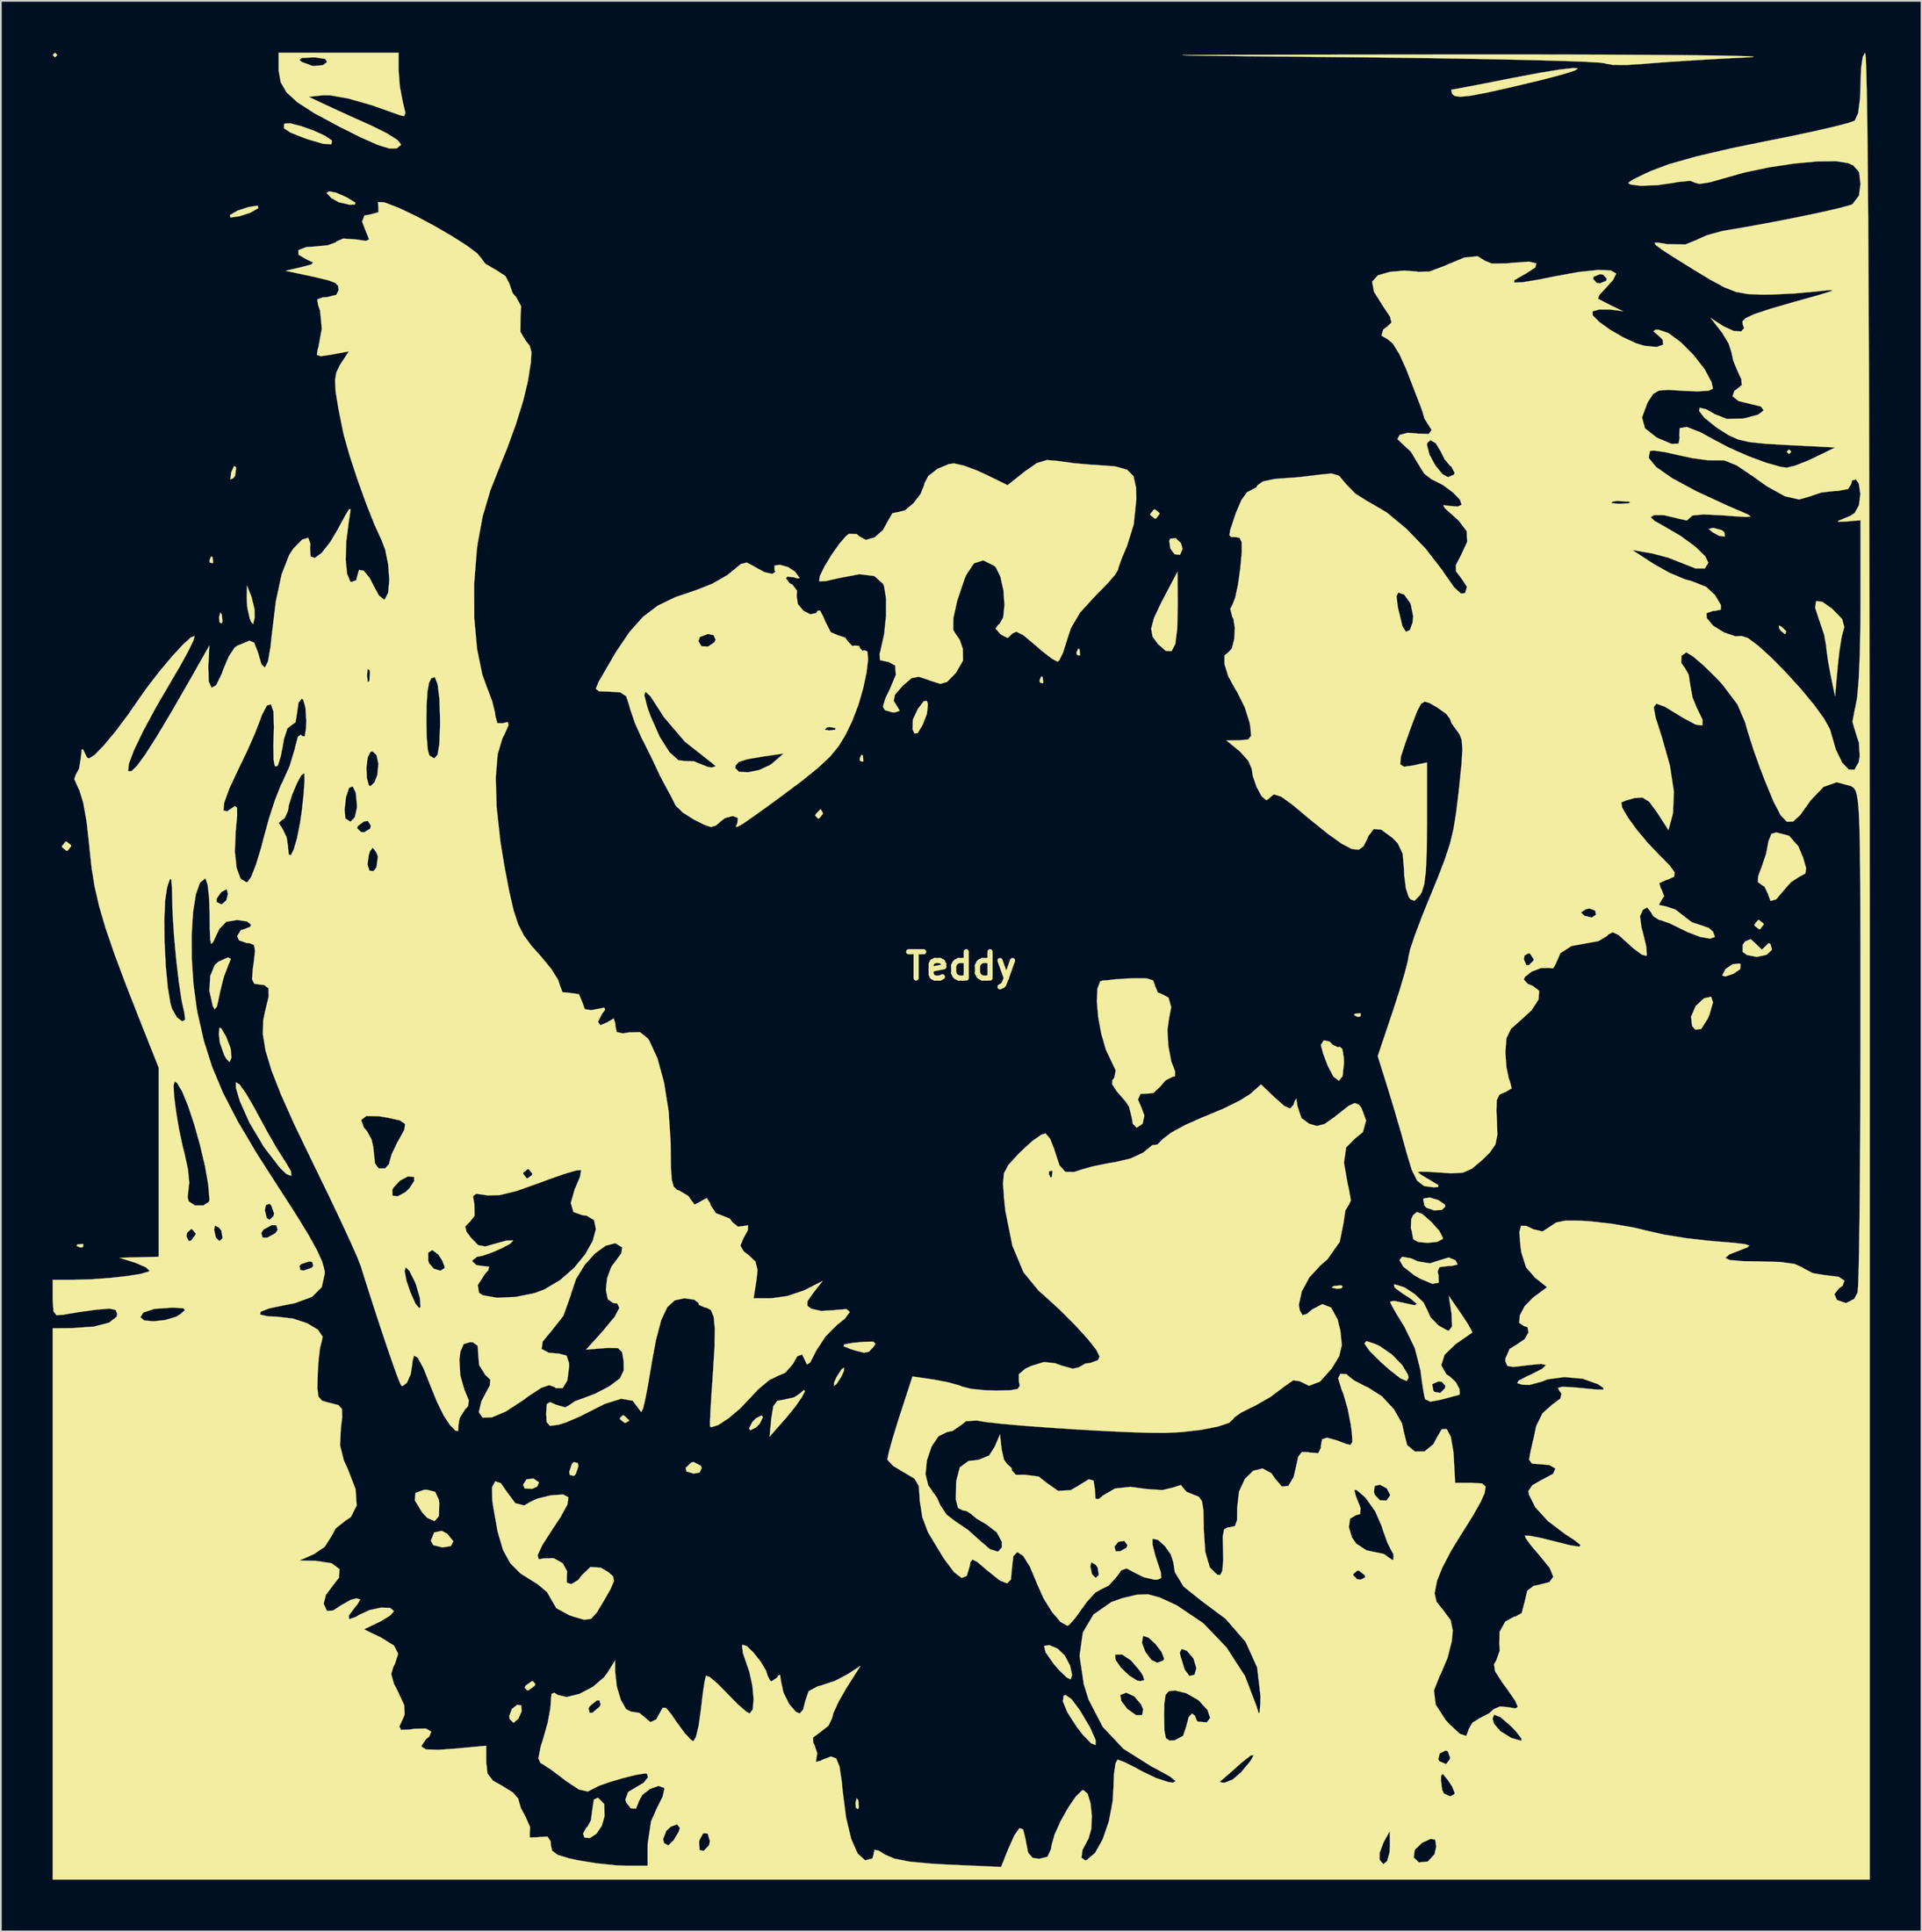
<source format=kicad_pcb>
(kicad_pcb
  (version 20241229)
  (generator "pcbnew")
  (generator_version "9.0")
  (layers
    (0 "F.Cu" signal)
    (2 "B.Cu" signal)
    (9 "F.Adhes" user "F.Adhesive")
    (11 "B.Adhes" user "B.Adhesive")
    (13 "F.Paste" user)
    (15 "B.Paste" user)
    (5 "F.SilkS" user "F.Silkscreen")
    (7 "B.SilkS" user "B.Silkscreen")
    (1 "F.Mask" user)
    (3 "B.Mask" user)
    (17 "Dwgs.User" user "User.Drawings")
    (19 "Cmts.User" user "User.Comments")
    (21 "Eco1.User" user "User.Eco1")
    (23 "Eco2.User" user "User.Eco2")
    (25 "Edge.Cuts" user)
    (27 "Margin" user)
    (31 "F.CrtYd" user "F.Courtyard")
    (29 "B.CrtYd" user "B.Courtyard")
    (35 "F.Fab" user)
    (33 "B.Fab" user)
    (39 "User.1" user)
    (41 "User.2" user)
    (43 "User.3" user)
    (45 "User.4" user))
  (footprint "Teddy"
    (layer "F.Cu")
    (at 52.677 52.944)
    (property "Reference" "Teddy" (at 0 0 0) (layer "F.SilkS") (effects (font (size 1.524 1.524) (thickness 0.3))))
    (attr through_hole)
    (fp_poly (pts (xy -52.404 -52.805) (xy -52.538 -52.672) (xy -52.672 -52.805) (xy -52.538 -52.939) (xy -52.404 -52.805)) (stroke (width 0.01) (type solid)) (fill yes) (layer "F.SilkS"))
    (fp_poly (pts (xy 48.126 -29.812) (xy 47.993 -29.678) (xy 47.859 -29.812) (xy 47.993 -29.945) (xy 48.126 -29.812)) (stroke (width 0.01) (type solid)) (fill yes) (layer "F.SilkS"))
    (fp_poly (pts (xy -50.889 16.131) (xy -50.926 16.29) (xy -51.067 16.309) (xy -51.287 16.212) (xy -51.246 16.131) (xy -50.928 16.099) (xy -50.889 16.131)) (stroke (width 0.01) (type solid)) (fill yes) (layer "F.SilkS"))
    (fp_poly (pts (xy -43.403 -23.707) (xy -43.371 -23.389) (xy -43.403 -23.35) (xy -43.562 -23.387) (xy -43.581 -23.528) (xy -43.483 -23.748) (xy -43.403 -23.707)) (stroke (width 0.01) (type solid)) (fill yes) (layer "F.SilkS"))
    (fp_poly (pts (xy -42.864 -20.37) (xy -42.832 -19.952) (xy -42.885 -19.858) (xy -43.006 -19.937) (xy -43.025 -20.209) (xy -42.96 -20.494) (xy -42.864 -20.37)) (stroke (width 0.01) (type solid)) (fill yes) (layer "F.SilkS"))
    (fp_poly (pts (xy -5.967 48.344) (xy -5.935 48.761) (xy -5.988 48.856) (xy -6.109 48.776) (xy -6.128 48.505) (xy -6.063 48.22) (xy -5.967 48.344)) (stroke (width 0.01) (type solid)) (fill yes) (layer "F.SilkS"))
    (fp_poly (pts (xy -5.704 -12.21) (xy -5.672 -11.893) (xy -5.704 -11.853) (xy -5.863 -11.89) (xy -5.882 -12.032) (xy -5.784 -12.252) (xy -5.704 -12.21)) (stroke (width 0.01) (type solid)) (fill yes) (layer "F.SilkS"))
    (fp_poly (pts (xy 4.724 -16.755) (xy 4.756 -16.438) (xy 4.724 -16.399) (xy 4.565 -16.435) (xy 4.545 -16.577) (xy 4.643 -16.797) (xy 4.724 -16.755)) (stroke (width 0.01) (type solid)) (fill yes) (layer "F.SilkS"))
    (fp_poly (pts (xy 6.862 -18.359) (xy 6.894 -18.042) (xy 6.862 -18.003) (xy 6.704 -18.04) (xy 6.684 -18.181) (xy 6.782 -18.401) (xy 6.862 -18.359)) (stroke (width 0.01) (type solid)) (fill yes) (layer "F.SilkS"))
    (fp_poly (pts (xy 22.119 18.554) (xy 22.039 18.676) (xy 21.768 18.695) (xy 21.483 18.629) (xy 21.607 18.533) (xy 22.025 18.501) (xy 22.119 18.554)) (stroke (width 0.01) (type solid)) (fill yes) (layer "F.SilkS"))
    (fp_poly (pts (xy 23.172 2.763) (xy 23.135 2.922) (xy 22.994 2.941) (xy 22.774 2.843) (xy 22.815 2.763) (xy 23.133 2.731) (xy 23.172 2.763)) (stroke (width 0.01) (type solid)) (fill yes) (layer "F.SilkS"))
    (fp_poly (pts (xy -42.034 -28.912) (xy -42.093 -28.428) (xy -42.199 -28.279) (xy -42.374 -28.21) (xy -42.323 -28.602) (xy -42.316 -28.63) (xy -42.158 -28.988) (xy -42.034 -28.912)) (stroke (width 0.01) (type solid)) (fill yes) (layer "F.SilkS"))
    (fp_poly (pts (xy -24.483 29.915) (xy -24.577 30.159) (xy -24.868 30.291) (xy -25.313 30.268) (xy -25.4 30.054) (xy -25.203 29.744) (xy -24.797 29.697) (xy -24.483 29.915)) (stroke (width 0.01) (type solid)) (fill yes) (layer "F.SilkS"))
    (fp_poly (pts (xy 47.55 -19.677) (xy 47.837 -19.408) (xy 47.778 -19.253) (xy 47.741 -19.251) (xy 47.515 -19.44) (xy 47.432 -19.559) (xy 47.401 -19.742) (xy 47.55 -19.677)) (stroke (width 0.01) (type solid)) (fill yes) (layer "F.SilkS"))
    (fp_poly (pts (xy -51.61 -7.015) (xy -51.602 -6.952) (xy -51.806 -6.692) (xy -51.869 -6.684) (xy -52.129 -6.888) (xy -52.137 -6.952) (xy -51.933 -7.211) (xy -51.869 -7.219) (xy -51.61 -7.015)) (stroke (width 0.01) (type solid)) (fill yes) (layer "F.SilkS"))
    (fp_poly (pts (xy -29.8 32.896) (xy -29.44 33.337) (xy -29.586 33.612) (xy -30.079 33.688) (xy -30.609 33.554) (xy -30.747 33.303) (xy -30.559 32.823) (xy -30.118 32.728) (xy -29.8 32.896)) (stroke (width 0.01) (type solid)) (fill yes) (layer "F.SilkS"))
    (fp_poly (pts (xy -24.689 41.607) (xy -24.732 41.709) (xy -25.086 41.967) (xy -25.164 41.977) (xy -25.309 41.812) (xy -25.266 41.709) (xy -24.912 41.452) (xy -24.834 41.442) (xy -24.689 41.607)) (stroke (width 0.01) (type solid)) (fill yes) (layer "F.SilkS"))
    (fp_poly (pts (xy -22.228 28.8) (xy -22.192 28.978) (xy -22.348 29.44) (xy -22.459 29.544) (xy -22.69 29.487) (xy -22.726 29.308) (xy -22.569 28.846) (xy -22.459 28.742) (xy -22.228 28.8)) (stroke (width 0.01) (type solid)) (fill yes) (layer "F.SilkS"))
    (fp_poly (pts (xy -19.518 26.068) (xy -19.263 26.309) (xy -19.251 26.352) (xy -19.457 26.466) (xy -19.518 26.469) (xy -19.775 26.264) (xy -19.785 26.186) (xy -19.621 26.027) (xy -19.518 26.068)) (stroke (width 0.01) (type solid)) (fill yes) (layer "F.SilkS"))
    (fp_poly (pts (xy -15.106 28.953) (xy -15.039 29.076) (xy -15.164 29.345) (xy -15.507 29.411) (xy -15.931 29.287) (xy -15.975 29.076) (xy -15.647 28.766) (xy -15.507 28.742) (xy -15.106 28.953)) (stroke (width 0.01) (type solid)) (fill yes) (layer "F.SilkS"))
    (fp_poly (pts (xy -11.497 26.137) (xy -11.681 26.514) (xy -11.898 26.737) (xy -12.221 26.897) (xy -12.299 26.802) (xy -12.115 26.425) (xy -11.898 26.202) (xy -11.575 26.042) (xy -11.497 26.137)) (stroke (width 0.01) (type solid)) (fill yes) (layer "F.SilkS"))
    (fp_poly (pts (xy -8.024 -8.884) (xy -8.021 -8.823) (xy -8.227 -8.566) (xy -8.304 -8.556) (xy -8.464 -8.72) (xy -8.422 -8.823) (xy -8.182 -9.078) (xy -8.139 -9.091) (xy -8.024 -8.884)) (stroke (width 0.01) (type solid)) (fill yes) (layer "F.SilkS"))
    (fp_poly (pts (xy -6.801 23.458) (xy -6.952 23.796) (xy -7.228 24.216) (xy -7.371 24.331) (xy -7.37 24.134) (xy -7.219 23.796) (xy -6.943 23.376) (xy -6.799 23.261) (xy -6.801 23.458)) (stroke (width 0.01) (type solid)) (fill yes) (layer "F.SilkS"))
    (fp_poly (pts (xy 11.489 -26.266) (xy 11.497 -26.202) (xy 11.293 -25.943) (xy 11.229 -25.935) (xy 10.97 -26.138) (xy 10.962 -26.202) (xy 11.166 -26.462) (xy 11.229 -26.469) (xy 11.489 -26.266)) (stroke (width 0.01) (type solid)) (fill yes) (layer "F.SilkS"))
    (fp_poly (pts (xy 12.739 -24.514) (xy 12.834 -24.181) (xy 12.683 -23.838) (xy 12.37 -23.873) (xy 12.124 -24.208) (xy 12.062 -24.647) (xy 12.114 -24.77) (xy 12.433 -24.804) (xy 12.739 -24.514)) (stroke (width 0.01) (type solid)) (fill yes) (layer "F.SilkS"))
    (fp_poly (pts (xy 44.116 -25.26) (xy 44.249 -25.133) (xy 44.271 -24.896) (xy 43.952 -24.936) (xy 43.581 -25.133) (xy 43.33 -25.34) (xy 43.571 -25.395) (xy 43.632 -25.396) (xy 44.116 -25.26)) (stroke (width 0.01) (type solid)) (fill yes) (layer "F.SilkS"))
    (fp_poly (pts (xy 45.183 -0.109) (xy 45.166 0.168) (xy 44.771 0.443) (xy 44.297 0.601) (xy 44.116 0.542) (xy 44.308 0.17) (xy 44.723 -0.111) (xy 45.116 -0.153) (xy 45.183 -0.109)) (stroke (width 0.01) (type solid)) (fill yes) (layer "F.SilkS"))
    (fp_poly (pts (xy 46.514 -2.47) (xy 46.522 -2.406) (xy 46.319 -2.147) (xy 46.255 -2.139) (xy 45.995 -2.342) (xy 45.987 -2.406) (xy 46.191 -2.666) (xy 46.255 -2.674) (xy 46.514 -2.47)) (stroke (width 0.01) (type solid)) (fill yes) (layer "F.SilkS"))
    (fp_poly (pts (xy -41.146 -21.402) (xy -40.972 -20.683) (xy -40.965 -20.199) (xy -41.047 -19.822) (xy -41.167 -19.957) (xy -41.244 -20.141) (xy -41.392 -20.79) (xy -41.425 -21.344) (xy -41.408 -22.058) (xy -41.146 -21.402)) (stroke (width 0.01) (type solid)) (fill yes) (layer "F.SilkS"))
    (fp_poly (pts (xy -25.51 42.848) (xy -25.482 43.18) (xy -25.672 43.613) (xy -25.945 43.847) (xy -25.963 43.848) (xy -26.178 43.633) (xy -26.202 43.463) (xy -26.051 43.052) (xy -25.737 42.806) (xy -25.51 42.848)) (stroke (width 0.01) (type solid)) (fill yes) (layer "F.SilkS"))
    (fp_poly (pts (xy -40.754 -43.938) (xy -40.774 -43.917) (xy -41.213 -43.667) (xy -41.843 -43.463) (xy -42.367 -43.388) (xy -42.398 -43.522) (xy -42.378 -43.543) (xy -41.939 -43.793) (xy -41.308 -43.998) (xy -40.785 -44.073) (xy -40.754 -43.938)) (stroke (width 0.01) (type solid)) (fill yes) (layer "F.SilkS"))
    (fp_poly (pts (xy -36.249 -44.83) (xy -35.648 -44.566) (xy -35.56 -44.517) (xy -35.128 -44.248) (xy -35.145 -44.144) (xy -35.442 -44.125) (xy -36.093 -44.276) (xy -36.512 -44.508) (xy -36.786 -44.801) (xy -36.664 -44.908) (xy -36.249 -44.83)) (stroke (width 0.01) (type solid)) (fill yes) (layer "F.SilkS"))
    (fp_poly (pts (xy -1.931 -15.189) (xy -1.984 -14.64) (xy -2.235 -13.985) (xy -2.523 -13.511) (xy -2.7 -13.48) (xy -2.816 -13.705) (xy -2.802 -14.292) (xy -2.512 -14.908) (xy -2.169 -15.357) (xy -1.991 -15.37) (xy -1.931 -15.189)) (stroke (width 0.01) (type solid)) (fill yes) (layer "F.SilkS"))
    (fp_poly (pts (xy 27.669 13.562) (xy 28.029 13.811) (xy 28.074 13.921) (xy 27.866 14.127) (xy 27.416 14.154) (xy 26.982 14.007) (xy 26.86 13.885) (xy 26.786 13.527) (xy 26.824 13.46) (xy 27.173 13.411) (xy 27.669 13.562)) (stroke (width 0.01) (type solid)) (fill yes) (layer "F.SilkS"))
    (fp_poly (pts (xy 43.586 2.1) (xy 43.381 2.808) (xy 43.271 3.062) (xy 42.903 3.638) (xy 42.561 3.683) (xy 42.376 3.473) (xy 42.313 2.931) (xy 42.581 2.312) (xy 43.064 1.862) (xy 43.479 1.775) (xy 43.586 2.1)) (stroke (width 0.01) (type solid)) (fill yes) (layer "F.SilkS"))
    (fp_poly (pts (xy -42.897 3.607) (xy -42.619 4.091) (xy -42.618 4.093) (xy -42.357 4.762) (xy -42.306 5.296) (xy -42.414 5.56) (xy -42.601 5.377) (xy -42.724 5.164) (xy -42.979 4.441) (xy -43.036 3.961) (xy -43.009 3.573) (xy -42.897 3.607)) (stroke (width 0.01) (type solid)) (fill yes) (layer "F.SilkS"))
    (fp_poly (pts (xy -30.501 30.464) (xy -30.287 30.916) (xy -30.259 31.114) (xy -30.279 31.867) (xy -30.528 32.164) (xy -30.958 31.977) (xy -31.255 31.657) (xy -31.678 30.959) (xy -31.638 30.525) (xy -31.133 30.35) (xy -30.992 30.346) (xy -30.501 30.464)) (stroke (width 0.01) (type solid)) (fill yes) (layer "F.SilkS"))
    (fp_poly (pts (xy -4.972 21.886) (xy -5.099 22.081) (xy -5.355 22.346) (xy -5.638 22.405) (xy -6.154 22.275) (xy -6.417 22.192) (xy -6.812 22.034) (xy -6.787 21.923) (xy -6.301 21.835) (xy -5.668 21.775) (xy -5.1 21.762) (xy -4.972 21.886)) (stroke (width 0.01) (type solid)) (fill yes) (layer "F.SilkS"))
    (fp_poly (pts (xy 5.597 39.561) (xy 6.002 39.954) (xy 6.31 40.536) (xy 6.427 41.086) (xy 6.346 41.335) (xy 6.116 41.227) (xy 5.678 40.804) (xy 5.374 40.455) (xy 4.894 39.773) (xy 4.807 39.396) (xy 5.106 39.35) (xy 5.597 39.561)) (stroke (width 0.01) (type solid)) (fill yes) (layer "F.SilkS"))
    (fp_poly (pts (xy 12.554 -20.943) (xy 12.526 -19.56) (xy 12.412 -18.675) (xy 12.196 -18.256) (xy 11.859 -18.271) (xy 11.405 -18.67) (xy 11.095 -19.101) (xy 11.013 -19.559) (xy 11.175 -20.173) (xy 11.6 -21.074) (xy 11.764 -21.389) (xy 12.541 -22.86) (xy 12.554 -20.943)) (stroke (width 0.01) (type solid)) (fill yes) (layer "F.SilkS"))
    (fp_poly (pts (xy -42.346 -0.415) (xy -42.518 0.012) (xy -42.752 0.627) (xy -42.964 1.467) (xy -43.005 1.683) (xy -43.149 2.335) (xy -43.281 2.497) (xy -43.39 2.318) (xy -43.586 1.431) (xy -43.538 0.569) (xy -43.271 -0.077) (xy -43.064 -0.258) (xy -42.51 -0.505) (xy -42.346 -0.415)) (stroke (width 0.01) (type solid)) (fill yes) (layer "F.SilkS"))
    (fp_poly (pts (xy -20.694 48.565) (xy -20.678 49.272) (xy -20.837 49.818) (xy -21.14 50.276) (xy -21.528 50.529) (xy -21.84 50.508) (xy -21.924 50.281) (xy -21.73 49.919) (xy -21.657 49.864) (xy -21.466 49.504) (xy -21.389 48.89) (xy -21.298 48.303) (xy -21.055 48.193) (xy -20.694 48.565)) (stroke (width 0.01) (type solid)) (fill yes) (layer "F.SilkS"))
    (fp_poly (pts (xy -9.065 24.647) (xy -9.248 24.995) (xy -9.607 25.514) (xy -10.096 26.117) (xy -10.112 26.135) (xy -11.11 27.271) (xy -11.008 26.202) (xy -10.892 25.501) (xy -10.662 25.192) (xy -10.319 25.133) (xy -9.698 24.994) (xy -9.411 24.812) (xy -9.104 24.557) (xy -9.065 24.647)) (stroke (width 0.01) (type solid)) (fill yes) (layer "F.SilkS"))
    (fp_poly (pts (xy 6.387 42.476) (xy 6.872 43.116) (xy 7.444 44.083) (xy 7.498 44.183) (xy 7.797 44.861) (xy 7.79 45.144) (xy 7.526 45.037) (xy 7.051 44.548) (xy 6.686 44.076) (xy 6.153 43.24) (xy 5.894 42.613) (xy 5.94 42.278) (xy 6.053 42.244) (xy 6.387 42.476)) (stroke (width 0.01) (type solid)) (fill yes) (layer "F.SilkS"))
    (fp_poly (pts (xy 24.021 21.905) (xy 24.289 22.037) (xy 24.974 22.511) (xy 25.563 23.117) (xy 25.903 23.685) (xy 25.935 23.855) (xy 25.827 24.042) (xy 25.475 23.897) (xy 24.832 23.396) (xy 24.358 22.978) (xy 23.664 22.291) (xy 23.375 21.868) (xy 23.493 21.731) (xy 24.021 21.905)) (stroke (width 0.01) (type solid)) (fill yes) (layer "F.SilkS"))
    (fp_poly (pts (xy -38.272 -48.686) (xy -37.543 -48.426) (xy -36.892 -48.13) (xy -36.505 -47.868) (xy -36.483 -47.838) (xy -36.515 -47.631) (xy -36.997 -47.661) (xy -37.901 -47.926) (xy -38.053 -47.98) (xy -38.884 -48.309) (xy -39.264 -48.561) (xy -39.261 -48.786) (xy -39.22 -48.833) (xy -38.893 -48.845) (xy -38.272 -48.686)) (stroke (width 0.01) (type solid)) (fill yes) (layer "F.SilkS"))
    (fp_poly (pts (xy 46.112 -1.256) (xy 46.419 -0.958) (xy 46.592 -1.122) (xy 46.811 -1.333) (xy 46.913 -1.288) (xy 47.007 -0.955) (xy 46.703 -0.663) (xy 46.131 -0.535) (xy 46.121 -0.535) (xy 45.555 -0.645) (xy 45.305 -0.825) (xy 45.309 -1.237) (xy 45.44 -1.427) (xy 45.77 -1.567) (xy 46.112 -1.256)) (stroke (width 0.01) (type solid)) (fill yes) (layer "F.SilkS"))
    (fp_poly (pts (xy 21.362 4.373) (xy 21.526 4.55) (xy 21.846 4.704) (xy 21.943 4.668) (xy 22.097 4.803) (xy 22.184 5.331) (xy 22.192 5.599) (xy 22.111 6.378) (xy 21.893 6.645) (xy 21.573 6.394) (xy 21.242 5.757) (xy 20.987 5.078) (xy 20.859 4.601) (xy 20.855 4.554) (xy 21.024 4.298) (xy 21.362 4.373)) (stroke (width 0.01) (type solid)) (fill yes) (layer "F.SilkS"))
    (fp_poly (pts (xy 26.74 14.372) (xy 27.249 14.818) (xy 27.717 15.344) (xy 27.924 15.737) (xy 27.915 15.816) (xy 27.588 15.981) (xy 27.037 16.037) (xy 26.499 15.987) (xy 26.21 15.833) (xy 26.202 15.797) (xy 26.117 15.335) (xy 26.071 15.195) (xy 26.087 14.677) (xy 26.192 14.443) (xy 26.416 14.248) (xy 26.74 14.372)) (stroke (width 0.01) (type solid)) (fill yes) (layer "F.SilkS"))
    (fp_poly (pts (xy -41.849 6.846) (xy -41.468 7.374) (xy -40.934 8.298) (xy -40.761 8.623) (xy -40.208 9.643) (xy -39.673 10.568) (xy -39.26 11.222) (xy -39.209 11.293) (xy -38.854 11.887) (xy -38.839 12.158) (xy -39.123 12.047) (xy -39.491 11.696) (xy -40.429 10.478) (xy -41.278 9.047) (xy -41.821 7.821) (xy -42.051 7.05) (xy -42.052 6.732) (xy -41.849 6.846)) (stroke (width 0.01) (type solid)) (fill yes) (layer "F.SilkS"))
    (fp_poly (pts (xy 49.929 -21.113) (xy 50.491 -20.715) (xy 51.073 -20.114) (xy 51.2 -19.647) (xy 51.168 -19.549) (xy 51.042 -19.066) (xy 50.912 -18.241) (xy 50.817 -17.379) (xy 50.662 -15.641) (xy 50.411 -16.844) (xy 50.253 -17.7) (xy 50.157 -18.411) (xy 50.145 -18.582) (xy 50.033 -19.199) (xy 49.78 -19.949) (xy 49.771 -19.972) (xy 49.507 -20.775) (xy 49.564 -21.159) (xy 49.929 -21.113)) (stroke (width 0.01) (type solid)) (fill yes) (layer "F.SilkS"))
    (fp_poly (pts (xy 26.095 16.938) (xy 26.472 17.113) (xy 27.166 17.226) (xy 27.665 17.067) (xy 28.261 16.886) (xy 28.648 17.045) (xy 28.669 17.065) (xy 28.779 17.292) (xy 28.441 17.375) (xy 28.243 17.379) (xy 27.727 17.442) (xy 27.62 17.704) (xy 27.673 17.914) (xy 27.681 18.35) (xy 27.317 18.414) (xy 26.591 18.104) (xy 26.269 17.917) (xy 25.634 17.423) (xy 25.409 17.035) (xy 25.57 16.843) (xy 26.095 16.938)) (stroke (width 0.01) (type solid)) (fill yes) (layer "F.SilkS"))
    (fp_poly (pts (xy 35.756 -52.031) (xy 35.592 -51.915) (xy 34.945 -51.703) (xy 33.796 -51.398) (xy 33.287 -51.273) (xy 31.6 -50.874) (xy 30.36 -50.601) (xy 29.496 -50.442) (xy 28.939 -50.387) (xy 28.62 -50.426) (xy 28.469 -50.541) (xy 28.404 -50.785) (xy 28.437 -50.8) (xy 28.733 -50.849) (xy 29.451 -50.984) (xy 30.488 -51.185) (xy 31.744 -51.432) (xy 31.977 -51.479) (xy 33.549 -51.776) (xy 34.716 -51.965) (xy 35.458 -52.049) (xy 35.756 -52.031)) (stroke (width 0.01) (type solid)) (fill yes) (layer "F.SilkS"))
    (fp_poly (pts (xy 47.991 -7.558) (xy 48.527 -6.952) (xy 48.799 -6.318) (xy 48.986 -5.681) (xy 48.94 -5.368) (xy 48.635 -5.205) (xy 48.62 -5.201) (xy 48.099 -4.863) (xy 47.687 -4.391) (xy 47.247 -3.873) (xy 46.923 -3.777) (xy 46.79 -4.123) (xy 46.789 -4.153) (xy 46.576 -4.603) (xy 46.41 -4.707) (xy 46.187 -4.874) (xy 46.206 -5.218) (xy 46.41 -5.76) (xy 46.668 -6.523) (xy 46.788 -7.166) (xy 46.789 -7.21) (xy 46.974 -7.666) (xy 47.257 -7.75) (xy 47.991 -7.558)) (stroke (width 0.01) (type solid)) (fill yes) (layer "F.SilkS"))
    (fp_poly (pts (xy 34.954 -52.833) (xy 37.597 -52.825) (xy 39.934 -52.813) (xy 41.934 -52.798) (xy 43.568 -52.78) (xy 44.804 -52.758) (xy 45.611 -52.735) (xy 45.959 -52.709) (xy 45.816 -52.681) (xy 45.586 -52.668) (xy 43.971 -52.586) (xy 42.353 -52.492) (xy 40.898 -52.397) (xy 39.771 -52.31) (xy 39.565 -52.292) (xy 38.571 -52.228) (xy 37.787 -52.232) (xy 37.362 -52.303) (xy 37.337 -52.32) (xy 37.036 -52.364) (xy 36.25 -52.41) (xy 35.028 -52.456) (xy 33.421 -52.503) (xy 31.477 -52.548) (xy 29.246 -52.59) (xy 26.779 -52.628) (xy 24.124 -52.662) (xy 22.637 -52.677) (xy 20.007 -52.703) (xy 17.769 -52.725) (xy 15.933 -52.744) (xy 14.509 -52.76) (xy 13.507 -52.774) (xy 12.937 -52.786) (xy 12.811 -52.796) (xy 13.138 -52.804) (xy 13.928 -52.811) (xy 15.191 -52.816) (xy 16.939 -52.821) (xy 19.18 -52.825) (xy 21.926 -52.829) (xy 25.186 -52.832) (xy 28.876 -52.836) (xy 32.037 -52.836) (xy 34.954 -52.833)) (stroke (width 0.01) (type solid)) (fill yes) (layer "F.SilkS"))
    (fp_poly (pts (xy -32.619 -51.935) (xy -32.545 -50.974) (xy -32.368 -50.054) (xy -32.363 -50.039) (xy -32.224 -49.456) (xy -32.296 -49.262) (xy -32.564 -49.324) (xy -34.169 -49.895) (xy -35.54 -50.285) (xy -36.583 -50.469) (xy -36.998 -50.473) (xy -37.833 -50.384) (xy -36.897 -49.943) (xy -36.172 -49.608) (xy -35.176 -49.154) (xy -34.137 -48.686) (xy -33.266 -48.253) (xy -32.679 -47.876) (xy -32.474 -47.62) (xy -32.482 -47.597) (xy -32.723 -47.397) (xy -33.137 -47.385) (xy -33.797 -47.584) (xy -34.775 -48.014) (xy -36.095 -48.674) (xy -37.506 -49.435) (xy -38.488 -50.068) (xy -39.113 -50.64) (xy -39.45 -51.219) (xy -39.567 -51.871) (xy -39.571 -52.033) (xy -39.571 -52.518) (xy -38.365 -52.518) (xy -38.234 -52.404) (xy -37.591 -52.166) (xy -37.004 -52.216) (xy -36.763 -52.404) (xy -36.88 -52.582) (xy -37.435 -52.665) (xy -37.616 -52.667) (xy -38.232 -52.632) (xy -38.365 -52.518) (xy -39.571 -52.518) (xy -39.571 -52.939) (xy -32.619 -52.939) (xy -32.619 -51.935)) (stroke (width 0.01) (type solid)) (fill yes) (layer "F.SilkS"))
    (fp_poly (pts (xy 10.742 0.706) (xy 11.122 0.823) (xy 11.229 1.096) (xy 11.229 1.129) (xy 11.402 1.529) (xy 11.602 1.604) (xy 12.019 1.823) (xy 12.174 2.377) (xy 12.05 3.025) (xy 11.955 3.706) (xy 12.009 4.63) (xy 12.181 5.535) (xy 12.404 6.103) (xy 12.394 6.38) (xy 12.245 6.417) (xy 11.844 6.622) (xy 11.545 6.974) (xy 11.145 7.349) (xy 10.821 7.387) (xy 10.394 7.401) (xy 10.247 7.733) (xy 10.434 8.163) (xy 10.618 8.654) (xy 10.517 9.133) (xy 10.183 9.358) (xy 10.168 9.358) (xy 9.947 9.133) (xy 9.893 8.804) (xy 9.737 8.162) (xy 9.558 7.878) (xy 9.002 7.234) (xy 8.755 6.853) (xy 8.76 6.615) (xy 8.868 6.479) (xy 8.96 6.049) (xy 8.735 5.576) (xy 8.395 4.858) (xy 8.126 3.944) (xy 7.944 2.963) (xy 7.863 2.042) (xy 7.896 1.306) (xy 8.057 0.883) (xy 8.214 0.831) (xy 8.556 0.809) (xy 8.88 0.766) (xy 9.55 0.722) (xy 9.959 0.703) (xy 10.742 0.706)) (stroke (width 0.01) (type solid)) (fill yes) (layer "F.SilkS"))
    (fp_poly (pts (xy -26.688 29.967) (xy -26.34 30.471) (xy -25.85 31.127) (xy -25.334 31.255) (xy -24.986 31.05) (xy -24.57 30.859) (xy -23.874 30.689) (xy -23.729 30.665) (xy -23.076 30.622) (xy -22.776 30.781) (xy -22.828 31.198) (xy -23.229 31.931) (xy -23.662 32.583) (xy -24.287 33.553) (xy -24.56 34.145) (xy -24.489 34.377) (xy -24.218 34.328) (xy -23.629 34.312) (xy -23.109 34.604) (xy -22.846 35.068) (xy -22.865 35.309) (xy -22.867 35.729) (xy -22.599 35.816) (xy -22.207 35.575) (xy -21.986 35.293) (xy -21.502 34.826) (xy -20.906 34.859) (xy -20.458 35.123) (xy -20.187 35.361) (xy -20.133 35.631) (xy -20.318 36.08) (xy -20.686 36.727) (xy -21.131 37.467) (xy -21.464 37.827) (xy -21.852 37.882) (xy -22.467 37.706) (xy -22.726 37.617) (xy -23.475 37.209) (xy -23.74 36.751) (xy -24.014 36.275) (xy -24.589 35.795) (xy -24.737 35.71) (xy -25.55 35.199) (xy -26.14 34.612) (xy -26.564 33.838) (xy -26.878 32.769) (xy -27.139 31.293) (xy -27.185 30.979) (xy -27.2 30.203) (xy -27.014 29.853) (xy -26.688 29.967)) (stroke (width 0.01) (type solid)) (fill yes) (layer "F.SilkS"))
    (fp_poly (pts (xy 25.692 18.616) (xy 26.303 19.015) (xy 26.805 19.497) (xy 27.004 19.897) (xy 27.208 20.35) (xy 27.67 20.825) (xy 28.169 21.107) (xy 28.278 21.122) (xy 28.456 20.881) (xy 28.432 20.185) (xy 28.423 20.119) (xy 28.271 19.117) (xy 28.988 20.151) (xy 29.392 20.767) (xy 29.611 21.166) (xy 29.624 21.24) (xy 29.374 21.413) (xy 28.851 21.774) (xy 28.675 21.895) (xy 28.022 22.522) (xy 27.833 23.132) (xy 28.121 23.649) (xy 28.341 23.796) (xy 28.673 24.106) (xy 28.89 24.515) (xy 28.904 24.818) (xy 28.807 24.865) (xy 28.532 24.931) (xy 27.948 25.092) (xy 27.857 25.118) (xy 27.194 25.242) (xy 26.9 25.102) (xy 26.879 25.051) (xy 26.792 24.612) (xy 26.735 24.227) (xy 27.304 24.227) (xy 27.37 24.597) (xy 27.443 24.68) (xy 27.776 24.734) (xy 28.046 24.463) (xy 28.074 24.315) (xy 27.857 24.091) (xy 27.673 24.063) (xy 27.304 24.227) (xy 26.735 24.227) (xy 26.681 23.857) (xy 26.625 23.416) (xy 26.3 22.146) (xy 25.694 20.897) (xy 25.666 20.853) (xy 25.225 20.139) (xy 24.934 19.618) (xy 24.865 19.446) (xy 25.087 19.401) (xy 25.626 19.506) (xy 25.667 19.518) (xy 26.285 19.656) (xy 26.417 19.576) (xy 26.063 19.277) (xy 25.601 18.98) (xy 25.138 18.643) (xy 25.081 18.463) (xy 25.163 18.449) (xy 25.692 18.616)) (stroke (width 0.01) (type solid)) (fill yes) (layer "F.SilkS"))
    (fp_poly (pts (xy 5.612 -29.277) (xy 6.504 -29.152) (xy 7.531 -29.063) (xy 7.754 -29.052) (xy 8.899 -28.969) (xy 9.611 -28.776) (xy 9.99 -28.39) (xy 10.136 -27.727) (xy 10.154 -27.053) (xy 10.002 -25.606) (xy 9.619 -24.368) (xy 9.307 -23.633) (xy 9.117 -23.098) (xy 9.091 -22.965) (xy 8.911 -22.673) (xy 8.441 -22.134) (xy 7.781 -21.464) (xy 7.774 -21.457) (xy 6.891 -20.492) (xy 6.36 -19.591) (xy 6.138 -18.916) (xy 5.91 -18.182) (xy 5.684 -17.724) (xy 5.584 -17.646) (xy 5.27 -17.813) (xy 4.711 -18.24) (xy 4.258 -18.632) (xy 3.591 -19.188) (xy 3.187 -19.386) (xy 2.955 -19.271) (xy 2.941 -19.25) (xy 2.694 -19.019) (xy 2.343 -19.193) (xy 2.276 -19.248) (xy 1.992 -19.563) (xy 2.147 -19.783) (xy 2.217 -19.824) (xy 2.436 -20.214) (xy 2.508 -20.926) (xy 2.449 -21.772) (xy 2.275 -22.566) (xy 2.003 -23.119) (xy 1.926 -23.194) (xy 1.275 -23.519) (xy 0.739 -23.346) (xy 0.285 -22.66) (xy 0.175 -22.392) (xy -0.238 -21.155) (xy -0.456 -20.162) (xy -0.465 -19.501) (xy -0.347 -19.29) (xy -0.092 -18.922) (xy 0.094 -18.398) (xy 0.105 -17.717) (xy -0.278 -17.044) (xy -0.361 -16.945) (xy -0.822 -16.473) (xy -1.213 -16.36) (xy -1.792 -16.544) (xy -1.853 -16.569) (xy -2.461 -16.773) (xy -2.881 -16.69) (xy -3.375 -16.265) (xy -3.408 -16.232) (xy -3.845 -15.727) (xy -3.912 -15.378) (xy -3.756 -15.122) (xy -3.568 -14.803) (xy -3.829 -14.708) (xy -3.978 -14.705) (xy -4.425 -14.837) (xy -4.536 -15.039) (xy -4.404 -15.505) (xy -4.144 -16.042) (xy -3.793 -16.872) (xy -3.827 -17.422) (xy -4.24 -17.644) (xy -4.309 -17.646) (xy -4.71 -17.736) (xy -4.728 -18.106) (xy -4.688 -18.248) (xy -4.47 -19.225) (xy -4.357 -20.312) (xy -4.356 -21.315) (xy -4.476 -22.04) (xy -4.525 -22.153) (xy -5.033 -22.608) (xy -5.899 -22.716) (xy -7.15 -22.479) (xy -7.203 -22.464) (xy -7.839 -22.319) (xy -8.213 -22.305) (xy -8.236 -22.318) (xy -8.195 -22.61) (xy -7.921 -23.171) (xy -7.51 -23.848) (xy -7.058 -24.489) (xy -6.664 -24.94) (xy -6.503 -25.054) (xy -6.053 -25.038) (xy -5.912 -24.914) (xy -5.531 -24.703) (xy -5.015 -24.851) (xy -4.534 -25.277) (xy -4.31 -25.691) (xy -3.989 -26.25) (xy -3.657 -26.317) (xy -3.263 -26.413) (xy -2.778 -26.819) (xy -2.353 -27.369) (xy -2.143 -27.898) (xy -2.139 -27.961) (xy -1.912 -28.402) (xy -1.368 -28.827) (xy -0.71 -29.099) (xy -0.408 -29.135) (xy 0.137 -29.015) (xy 0.929 -28.72) (xy 1.41 -28.501) (xy 2.687 -27.875) (xy 3.68 -28.665) (xy 4.39 -29.158) (xy 4.973 -29.334) (xy 5.612 -29.277)) (stroke (width 0.01) (type solid)) (fill yes) (layer "F.SilkS"))
    (fp_poly (pts (xy -12.021 -23.177) (xy -11.969 -23.141) (xy -11.413 -22.838) (xy -10.968 -22.733) (xy -10.777 -22.843) (xy -10.828 -22.994) (xy -10.818 -23.22) (xy -10.498 -23.257) (xy -10.046 -23.131) (xy -9.643 -22.868) (xy -9.591 -22.81) (xy -9.367 -22.488) (xy -9.536 -22.479) (xy -9.692 -22.534) (xy -10.077 -22.579) (xy -10.16 -22.479) (xy -9.948 -22.192) (xy -9.78 -22.103) (xy -9.518 -21.755) (xy -9.538 -21.429) (xy -9.471 -20.983) (xy -9.152 -20.599) (xy -8.743 -20.389) (xy -8.406 -20.464) (xy -8.33 -20.596) (xy -8.186 -20.61) (xy -7.972 -20.209) (xy -7.91 -20.033) (xy -7.564 -19.355) (xy -7.176 -19.188) (xy -6.723 -19.04) (xy -6.583 -18.837) (xy -6.318 -18.557) (xy -6.151 -18.581) (xy -5.904 -18.553) (xy -5.882 -18.448) (xy -5.72 -18.272) (xy -5.623 -18.31) (xy -5.438 -18.238) (xy -5.399 -17.771) (xy -5.487 -17.022) (xy -5.682 -16.104) (xy -5.965 -15.131) (xy -6.316 -14.216) (xy -6.336 -14.171) (xy -6.712 -13.396) (xy -7.108 -12.749) (xy -7.602 -12.148) (xy -8.274 -11.513) (xy -9.204 -10.762) (xy -10.471 -9.814) (xy -10.942 -9.469) (xy -11.969 -8.727) (xy -12.626 -8.273) (xy -12.972 -8.072) (xy -13.066 -8.09) (xy -12.979 -8.27) (xy -12.951 -8.589) (xy -13.248 -8.705) (xy -13.687 -8.583) (xy -13.874 -8.448) (xy -14.225 -8.146) (xy -14.505 -8.061) (xy -14.908 -8.198) (xy -15.487 -8.489) (xy -16.132 -8.895) (xy -16.546 -9.295) (xy -16.581 -9.358) (xy -16.862 -9.917) (xy -17.071 -10.294) (xy -17.43 -10.969) (xy -17.673 -11.481) (xy -13.101 -11.481) (xy -12.886 -11.263) (xy -12.36 -11.235) (xy -11.702 -11.373) (xy -11.091 -11.653) (xy -10.925 -11.777) (xy -10.294 -12.324) (xy -11.497 -12.147) (xy -12.403 -11.992) (xy -12.892 -11.834) (xy -13.082 -11.625) (xy -13.101 -11.481) (xy -17.673 -11.481) (xy -17.681 -11.497) (xy -17.998 -12.167) (xy -18.415 -13.002) (xy -18.524 -13.214) (xy -18.915 -14.083) (xy -19.201 -14.921) (xy -19.24 -15.086) (xy -19.42 -15.64) (xy -19.517 -15.703) (xy -18.372 -15.703) (xy -18.203 -15.033) (xy -18.023 -14.521) (xy -17.484 -13.299) (xy -16.929 -12.417) (xy -16.406 -11.94) (xy -16.057 -11.89) (xy -15.482 -11.869) (xy -15.24 -11.762) (xy -14.668 -11.54) (xy -14.438 -11.517) (xy -14.235 -11.589) (xy -14.502 -11.819) (xy -14.546 -11.847) (xy -16.023 -13.011) (xy -16.611 -13.7) (xy -7.905 -13.7) (xy -7.642 -13.657) (xy -7.295 -13.706) (xy -7.291 -13.797) (xy -7.649 -13.861) (xy -7.804 -13.818) (xy -7.905 -13.7) (xy -16.611 -13.7) (xy -17.242 -14.439) (xy -17.517 -14.871) (xy -18.013 -15.634) (xy -18.303 -15.907) (xy -18.372 -15.703) (xy -19.517 -15.703) (xy -19.768 -15.867) (xy -20.373 -15.908) (xy -20.998 -15.93) (xy -21.187 -16.07) (xy -21.039 -16.44) (xy -20.963 -16.577) (xy -20.033 -18.181) (xy -19.594 -18.83) (xy -15.24 -18.83) (xy -15.058 -18.537) (xy -14.67 -18.524) (xy -14.313 -18.769) (xy -14.237 -18.916) (xy -14.36 -19.186) (xy -14.683 -19.251) (xy -15.143 -19.081) (xy -15.24 -18.83) (xy -19.594 -18.83) (xy -19.222 -19.379) (xy -18.438 -20.255) (xy -17.589 -20.894) (xy -16.586 -21.382) (xy -15.37 -21.793) (xy -14.425 -22.167) (xy -13.576 -22.653) (xy -13.296 -22.874) (xy -12.783 -23.303) (xy -12.429 -23.389) (xy -12.021 -23.177)) (stroke (width 0.01) (type solid)) (fill yes) (layer "F.SilkS"))
    (fp_poly (pts (xy 52.441 -52.672) (xy 52.474 -51.871) (xy 52.505 -50.538) (xy 52.534 -48.673) (xy 52.559 -46.278) (xy 52.583 -43.355) (xy 52.603 -39.903) (xy 52.621 -35.924) (xy 52.636 -31.42) (xy 52.648 -26.391) (xy 52.658 -20.839) (xy 52.665 -14.765) (xy 52.67 -8.17) (xy 52.672 -1.054) (xy 52.672 0) (xy 52.672 52.939) (xy -52.672 52.939) (xy -52.672 20.988) (xy -51.535 20.978) (xy -50.287 20.89) (xy -49.41 20.666) (xy -48.998 20.349) (xy -47.592 20.349) (xy -47.367 20.535) (xy -46.82 20.584) (xy -46.143 20.509) (xy -45.526 20.323) (xy -45.303 20.195) (xy -45.008 19.938) (xy -45.093 19.826) (xy -45.629 19.795) (xy -45.765 19.794) (xy -46.778 19.863) (xy -47.411 20.075) (xy -47.592 20.349) (xy -48.998 20.349) (xy -48.968 20.325) (xy -48.928 20.165) (xy -49.024 19.923) (xy -49.393 19.847) (xy -50.156 19.912) (xy -50.198 19.917) (xy -51.098 20.043) (xy -51.863 20.167) (xy -52.07 20.206) (xy -52.455 20.23) (xy -52.628 20.001) (xy -52.671 19.389) (xy -52.672 19.256) (xy -52.672 18.181) (xy -51.508 18.181) (xy -50.465 18.152) (xy -49.374 18.074) (xy -48.365 17.963) (xy -47.569 17.835) (xy -47.115 17.705) (xy -47.057 17.647) (xy -47.283 17.446) (xy -47.439 17.379) (xy -38.367 17.379) (xy -38.31 17.61) (xy -38.132 17.646) (xy -37.67 17.489) (xy -37.565 17.379) (xy -37.623 17.148) (xy -37.801 17.112) (xy -38.263 17.268) (xy -38.367 17.379) (xy -47.439 17.379) (xy -47.838 17.207) (xy -47.926 17.178) (xy -48.795 16.899) (xy -47.658 16.872) (xy -46.522 16.844) (xy -46.522 15.657) (xy -44.918 15.657) (xy -44.788 15.934) (xy -44.651 15.908) (xy -44.393 15.567) (xy -44.383 15.492) (xy -44.563 15.276) (xy -43.314 15.276) (xy -43.214 15.73) (xy -43.005 15.936) (xy -42.821 15.768) (xy -42.872 15.466) (xy -40.582 15.466) (xy -40.503 15.732) (xy -40.225 15.733) (xy -39.756 15.477) (xy -39.629 15.281) (xy -39.708 15.016) (xy -39.985 15.014) (xy -40.454 15.27) (xy -40.582 15.466) (xy -42.872 15.466) (xy -42.894 15.328) (xy -43.016 15.163) (xy -43.263 15.034) (xy -43.314 15.276) (xy -44.563 15.276) (xy -44.587 15.247) (xy -44.651 15.24) (xy -44.885 15.458) (xy -44.918 15.657) (xy -46.522 15.657) (xy -46.522 14.155) (xy -40.373 14.155) (xy -40.264 14.598) (xy -40.105 14.705) (xy -39.865 14.49) (xy -39.838 14.32) (xy -40.001 13.865) (xy -40.105 13.769) (xy -40.316 13.851) (xy -40.373 14.155) (xy -46.522 14.155) (xy -46.522 6.923) (xy -45.664 6.923) (xy -45.63 7.551) (xy -45.519 8.435) (xy -45.349 9.442) (xy -45.137 10.439) (xy -45.016 10.913) (xy -44.825 11.804) (xy -44.756 12.551) (xy -44.789 12.849) (xy -44.85 13.399) (xy -44.786 13.633) (xy -44.421 13.869) (xy -43.944 13.871) (xy -43.614 13.661) (xy -43.581 13.532) (xy -43.653 12.666) (xy -43.846 11.577) (xy -44.128 10.379) (xy -44.463 9.186) (xy -44.82 8.111) (xy -45.164 7.267) (xy -45.462 6.77) (xy -45.601 6.684) (xy -45.664 6.923) (xy -46.522 6.923) (xy -46.522 5.893) (xy -47.562 3.281) (xy -48.422 1.089) (xy -49.093 -0.703) (xy -49.602 -2.187) (xy -49.75 -2.691) (xy -46.2 -2.691) (xy -46.186 -1.379) (xy -46.118 -0.028) (xy -46.004 1.201) (xy -45.849 2.144) (xy -45.753 2.473) (xy -45.466 2.971) (xy -45.17 3.198) (xy -44.991 3.112) (xy -45.034 2.729) (xy -45.192 2.018) (xy -45.357 0.929) (xy -45.511 -0.382) (xy -45.637 -1.757) (xy -45.718 -3.041) (xy -45.736 -3.609) (xy -45.758 -4.554) (xy -45.797 -5.018) (xy -45.868 -5.056) (xy -45.99 -4.721) (xy -46.042 -4.545) (xy -46.154 -3.8) (xy -46.2 -2.691) (xy -49.75 -2.691) (xy -49.974 -3.451) (xy -50.236 -4.588) (xy -50.416 -5.686) (xy -50.538 -6.836) (xy -50.544 -6.912) (xy -50.701 -8.349) (xy -50.821 -9.022) (xy -42.773 -9.022) (xy -42.557 -8.973) (xy -42.334 -9.125) (xy -42.097 -9.279) (xy -41.985 -9.179) (xy -41.979 -8.733) (xy -42.06 -7.849) (xy -42.062 -7.826) (xy -42.111 -6.644) (xy -42.01 -5.695) (xy -41.781 -5.07) (xy -41.446 -4.863) (xy -41.374 -4.878) (xy -41.167 -5.171) (xy -40.893 -5.863) (xy -40.882 -5.899) (xy -34.421 -5.899) (xy -34.309 -5.537) (xy -34.081 -5.502) (xy -33.906 -5.714) (xy -33.819 -6.354) (xy -33.911 -6.594) (xy -34.118 -6.868) (xy -34.271 -6.673) (xy -34.342 -6.463) (xy -34.421 -5.899) (xy -40.882 -5.899) (xy -40.598 -6.83) (xy -40.462 -7.354) (xy -40.204 -8.299) (xy -39.57 -8.299) (xy -39.37 -8.001) (xy -39.108 -7.467) (xy -39.036 -6.978) (xy -38.989 -6.473) (xy -38.866 -6.424) (xy -38.696 -6.761) (xy -38.507 -7.415) (xy -38.392 -7.992) (xy -35.025 -7.992) (xy -34.808 -7.78) (xy -34.624 -7.754) (xy -34.27 -7.963) (xy -34.223 -8.146) (xy -34.4 -8.416) (xy -34.624 -8.385) (xy -34.978 -8.123) (xy -35.025 -7.992) (xy -38.392 -7.992) (xy -38.327 -8.317) (xy -38.235 -8.948) (xy -38.221 -9.073) (xy -35.75 -9.073) (xy -35.708 -8.589) (xy -35.688 -8.547) (xy -35.41 -8.371) (xy -35.16 -8.619) (xy -35.032 -9.182) (xy -35.029 -9.307) (xy -35.104 -10.058) (xy -35.277 -10.417) (xy -35.487 -10.339) (xy -35.672 -9.781) (xy -35.75 -9.073) (xy -38.221 -9.073) (xy -38.125 -9.95) (xy -38.072 -10.729) (xy -38.083 -11.149) (xy -38.097 -11.182) (xy -38.264 -11.055) (xy -38.515 -10.593) (xy -38.777 -9.969) (xy -38.974 -9.358) (xy -39.036 -8.988) (xy -39.233 -8.563) (xy -39.37 -8.478) (xy -39.57 -8.299) (xy -40.204 -8.299) (xy -40.137 -8.545) (xy -39.776 -9.653) (xy -39.443 -10.489) (xy -39.349 -10.675) (xy -38.973 -11.513) (xy -34.482 -11.513) (xy -34.461 -10.908) (xy -34.348 -10.494) (xy -34.252 -10.427) (xy -34.015 -10.653) (xy -33.851 -11.075) (xy -33.788 -11.725) (xy -33.899 -12.239) (xy -34.135 -12.451) (xy -34.251 -12.415) (xy -34.412 -12.089) (xy -34.482 -11.513) (xy -38.973 -11.513) (xy -38.935 -11.599) (xy -38.64 -12.573) (xy -38.623 -12.66) (xy -38.457 -13.292) (xy -38.28 -13.415) (xy -38.203 -13.328) (xy -38.06 -13.315) (xy -37.982 -13.802) (xy -37.972 -14.18) (xy -31.01 -14.18) (xy -30.988 -13.269) (xy -30.93 -12.556) (xy -30.836 -12.21) (xy -30.55 -12.04) (xy -30.361 -12.244) (xy -30.254 -12.87) (xy -30.214 -13.967) (xy -30.213 -14.288) (xy -30.251 -15.506) (xy -30.356 -16.339) (xy -30.517 -16.747) (xy -30.72 -16.688) (xy -30.853 -16.42) (xy -30.944 -15.924) (xy -30.996 -15.121) (xy -31.01 -14.18) (xy -37.972 -14.18) (xy -37.97 -14.237) (xy -38.018 -14.978) (xy -38.145 -15.435) (xy -38.234 -15.507) (xy -38.421 -15.275) (xy -38.501 -14.715) (xy -38.501 -14.705) (xy -38.594 -14.13) (xy -38.824 -13.97) (xy -39.069 -13.773) (xy -39.267 -13.151) (xy -39.309 -12.905) (xy -39.449 -12.164) (xy -39.606 -11.668) (xy -39.655 -11.591) (xy -39.793 -11.592) (xy -39.866 -11.976) (xy -39.878 -12.794) (xy -39.846 -13.836) (xy -39.871 -14.748) (xy -40.018 -15.176) (xy -40.258 -15.105) (xy -40.559 -14.52) (xy -40.658 -14.237) (xy -40.949 -13.482) (xy -41.394 -12.476) (xy -41.882 -11.466) (xy -42.429 -10.303) (xy -42.728 -9.477) (xy -42.773 -9.022) (xy -50.821 -9.022) (xy -50.902 -9.479) (xy -51.127 -10.201) (xy -51.185 -10.307) (xy -51.42 -10.846) (xy -51.332 -11.098) (xy -51.138 -11.455) (xy -51.037 -12.092) (xy -51.036 -12.114) (xy -50.986 -12.558) (xy -50.901 -12.559) (xy -50.883 -12.499) (xy -50.691 -12.104) (xy -50.573 -12.032) (xy -50.246 -12.238) (xy -49.704 -12.794) (xy -49.03 -13.604) (xy -48.305 -14.57) (xy -47.843 -15.24) (xy -47.19 -16.166) (xy -46.467 -17.1) (xy -45.751 -17.952) (xy -45.123 -18.633) (xy -44.659 -19.054) (xy -44.444 -19.133) (xy -44.517 -18.862) (xy -44.821 -18.237) (xy -45.307 -17.356) (xy -45.801 -16.515) (xy -46.696 -14.983) (xy -47.423 -13.634) (xy -47.953 -12.531) (xy -48.254 -11.739) (xy -48.298 -11.321) (xy -48.28 -11.294) (xy -48.094 -11.306) (xy -47.777 -11.618) (xy -47.306 -12.264) (xy -46.659 -13.276) (xy -45.815 -14.687) (xy -44.752 -16.53) (xy -44.422 -17.112) (xy -43.588 -18.582) (xy -43.651 -17.379) (xy -43.627 -16.501) (xy -43.462 -16.133) (xy -43.195 -16.281) (xy -42.919 -16.844) (xy -34.448 -16.844) (xy -34.406 -16.465) (xy -34.313 -16.51) (xy -34.278 -17.057) (xy -34.313 -17.178) (xy -34.411 -17.212) (xy -34.448 -16.844) (xy -42.919 -16.844) (xy -42.866 -16.953) (xy -42.779 -17.202) (xy -42.463 -17.952) (xy -42.121 -18.463) (xy -41.977 -18.568) (xy -41.418 -18.795) (xy -41.266 -18.864) (xy -40.993 -18.746) (xy -40.778 -18.201) (xy -40.777 -18.198) (xy -40.568 -17.489) (xy -40.371 -17.307) (xy -40.194 -17.646) (xy -40.044 -18.498) (xy -39.987 -19.051) (xy -39.736 -21.133) (xy -39.397 -22.715) (xy -38.963 -23.826) (xy -38.723 -24.194) (xy -38.202 -24.727) (xy -37.854 -24.822) (xy -37.732 -24.473) (xy -37.749 -24.264) (xy -37.724 -23.749) (xy -37.481 -23.655) (xy -37.08 -23.945) (xy -36.58 -24.581) (xy -36.173 -25.266) (xy -35.723 -26.097) (xy -35.482 -26.489) (xy -35.405 -26.478) (xy -35.45 -26.098) (xy -35.501 -25.801) (xy -35.652 -24.618) (xy -35.685 -23.558) (xy -35.607 -22.744) (xy -35.423 -22.299) (xy -35.359 -22.26) (xy -35.073 -22.37) (xy -35.025 -22.57) (xy -34.916 -22.959) (xy -34.644 -22.92) (xy -34.295 -22.501) (xy -34.068 -22.047) (xy -33.758 -21.483) (xy -33.474 -21.248) (xy -33.413 -21.261) (xy -33.219 -21.651) (xy -33.158 -22.378) (xy -33.218 -23.264) (xy -33.391 -24.128) (xy -33.601 -24.678) (xy -34.019 -25.594) (xy -34.512 -26.84) (xy -35.012 -28.231) (xy -35.455 -29.581) (xy -35.775 -30.704) (xy -35.847 -31.015) (xy -36.117 -32.363) (xy -36.268 -33.304) (xy -36.303 -33.949) (xy -36.227 -34.411) (xy -36.041 -34.803) (xy -35.966 -34.921) (xy -35.501 -35.63) (xy -36.49 -35.445) (xy -37.125 -35.348) (xy -37.357 -35.43) (xy -37.304 -35.758) (xy -37.264 -35.878) (xy -37.071 -36.942) (xy -37.168 -37.981) (xy -37.279 -38.301) (xy -37.336 -38.645) (xy -37.002 -38.763) (xy -36.792 -38.768) (xy -36.23 -38.905) (xy -36.095 -39.178) (xy -36.126 -39.426) (xy -36.296 -39.602) (xy -36.718 -39.757) (xy -37.504 -39.944) (xy -37.966 -40.043) (xy -39.169 -40.3) (xy -38.252 -40.513) (xy -37.68 -40.665) (xy -37.58 -40.784) (xy -37.9 -40.935) (xy -37.918 -40.942) (xy -38.422 -41.232) (xy -38.43 -41.495) (xy -37.979 -41.671) (xy -37.447 -41.709) (xy -36.731 -41.777) (xy -36.266 -41.946) (xy -36.214 -42.001) (xy -35.825 -42.167) (xy -35.111 -42.119) (xy -34.512 -42.031) (xy -34.329 -42.12) (xy -34.457 -42.448) (xy -34.473 -42.479) (xy -34.734 -43.151) (xy -34.599 -43.501) (xy -34.195 -43.581) (xy -33.787 -43.694) (xy -33.792 -44) (xy -33.814 -44.285) (xy -33.471 -44.268) (xy -33.353 -44.233) (xy -32.573 -43.931) (xy -31.604 -43.47) (xy -30.558 -42.912) (xy -29.545 -42.324) (xy -28.675 -41.769) (xy -28.061 -41.312) (xy -27.812 -41.017) (xy -27.811 -41.007) (xy -27.586 -40.707) (xy -27.045 -40.39) (xy -27.004 -40.373) (xy -26.426 -39.997) (xy -26.202 -39.571) (xy -26.009 -39.012) (xy -25.796 -38.764) (xy -25.515 -38.247) (xy -25.551 -37.569) (xy -25.559 -36.766) (xy -25.249 -36.25) (xy -25.017 -35.959) (xy -24.918 -35.594) (xy -24.946 -35.015) (xy -25.093 -34.078) (xy -25.13 -33.869) (xy -25.393 -32.771) (xy -25.817 -31.408) (xy -26.331 -29.994) (xy -26.625 -29.277) (xy -27.298 -27.575) (xy -27.744 -26.067) (xy -28.033 -24.5) (xy -28.085 -24.106) (xy -28.24 -22.127) (xy -28.232 -20.177) (xy -28.071 -18.391) (xy -27.767 -16.905) (xy -27.513 -16.202) (xy -27.202 -15.389) (xy -27.025 -14.681) (xy -27.01 -14.513) (xy -26.895 -14.082) (xy -26.603 -14.074) (xy -26.287 -14.15) (xy -26.243 -13.972) (xy -26.471 -13.452) (xy -26.602 -13.198) (xy -26.875 -12.276) (xy -26.986 -10.925) (xy -26.935 -9.227) (xy -26.723 -7.264) (xy -26.495 -5.861) (xy -26.208 -4.349) (xy -25.955 -3.245) (xy -25.687 -2.429) (xy -25.357 -1.782) (xy -24.916 -1.183) (xy -24.358 -0.557) (xy -23.768 0.159) (xy -23.369 0.795) (xy -23.261 1.131) (xy -23.115 1.512) (xy -22.659 1.554) (xy -22.163 1.626) (xy -21.972 2.073) (xy -21.827 2.491) (xy -21.449 2.554) (xy -21.17 2.496) (xy -20.689 2.404) (xy -20.644 2.527) (xy -20.826 2.769) (xy -21.059 3.228) (xy -20.918 3.426) (xy -20.499 3.245) (xy -20.46 3.214) (xy -20.147 3.034) (xy -20.055 3.306) (xy -20.053 3.436) (xy -19.973 3.819) (xy -19.629 3.898) (xy -19.275 3.842) (xy -18.625 3.825) (xy -18.181 4.179) (xy -18.086 4.316) (xy -17.611 5.339) (xy -17.227 6.752) (xy -16.963 8.414) (xy -16.847 10.183) (xy -16.844 10.509) (xy -16.833 11.655) (xy -16.783 12.374) (xy -16.673 12.775) (xy -16.481 12.964) (xy -16.328 13.019) (xy -15.822 13.319) (xy -15.656 13.559) (xy -15.458 13.819) (xy -15.116 13.644) (xy -15.09 13.622) (xy -14.754 13.442) (xy -14.568 13.714) (xy -14.527 13.859) (xy -14.221 14.318) (xy -13.901 14.438) (xy -13.417 14.633) (xy -13.273 14.834) (xy -12.939 15.102) (xy -12.71 15.073) (xy -12.357 15.022) (xy -12.37 15.304) (xy -12.629 15.776) (xy -12.803 16.206) (xy -12.595 16.544) (xy -12.333 16.743) (xy -11.928 17.12) (xy -11.808 17.601) (xy -11.873 18.216) (xy -12.038 19.251) (xy -11.022 19.251) (xy -10.089 19.121) (xy -9.135 18.803) (xy -9.019 18.747) (xy -8.032 18.244) (xy -8.572 18.931) (xy -8.914 19.419) (xy -8.918 19.685) (xy -8.678 19.861) (xy -8.128 19.981) (xy -7.381 19.941) (xy -7.331 19.932) (xy -6.653 19.875) (xy -6.458 20.043) (xy -6.747 20.429) (xy -7.219 20.812) (xy -7.872 21.469) (xy -8.412 22.294) (xy -8.462 22.4) (xy -8.762 22.983) (xy -8.946 23.086) (xy -9.017 22.927) (xy -9.225 22.506) (xy -9.504 22.608) (xy -9.762 23.061) (xy -10.2 23.565) (xy -10.63 23.748) (xy -11.133 23.994) (xy -11.778 24.534) (xy -12.201 24.99) (xy -12.828 25.647) (xy -13.5 26.213) (xy -14.095 26.6) (xy -14.49 26.721) (xy -14.561 26.68) (xy -14.564 26.399) (xy -14.532 25.696) (xy -14.47 24.683) (xy -14.399 23.662) (xy -14.303 22.111) (xy -14.284 21.019) (xy -14.351 20.316) (xy -14.513 19.93) (xy -14.777 19.79) (xy -14.857 19.785) (xy -15.201 19.635) (xy -15.24 19.518) (xy -15.473 19.331) (xy -16.034 19.251) (xy -16.056 19.251) (xy -16.607 19.368) (xy -17.041 19.766) (xy -17.393 20.512) (xy -17.699 21.673) (xy -17.923 22.883) (xy -18.156 24.259) (xy -18.329 25.168) (xy -18.457 25.674) (xy -18.555 25.839) (xy -18.638 25.731) (xy -19.043 25.189) (xy -19.718 25.072) (xy -20.686 25.378) (xy -21.182 25.631) (xy -22.082 26.087) (xy -22.91 26.443) (xy -23.328 26.577) (xy -23.841 26.644) (xy -24.035 26.42) (xy -24.063 25.93) (xy -24.027 25.383) (xy -23.84 25.265) (xy -23.494 25.418) (xy -22.965 25.573) (xy -22.759 25.469) (xy -22.393 25.214) (xy -21.924 25.046) (xy -21.242 24.788) (xy -20.459 24.384) (xy -20.37 24.33) (xy -19.78 23.886) (xy -19.562 23.418) (xy -19.568 22.921) (xy -19.659 22.368) (xy -19.898 22.14) (xy -20.452 22.124) (xy -20.701 22.142) (xy -21.751 22.226) (xy -20.768 21.139) (xy -20.091 20.322) (xy -19.819 19.806) (xy -19.939 19.555) (xy -20.186 19.518) (xy -20.491 19.3) (xy -20.601 18.762) (xy -20.527 18.077) (xy -20.278 17.418) (xy -20.043 17.102) (xy -19.7 16.632) (xy -19.658 16.3) (xy -20.055 16.057) (xy -20.612 16.203) (xy -21.237 16.654) (xy -21.841 17.327) (xy -22.333 18.137) (xy -22.624 19.001) (xy -22.636 19.069) (xy -23.067 20.271) (xy -23.72 21.097) (xy -24.264 21.756) (xy -24.329 22.185) (xy -23.911 22.408) (xy -23.328 22.455) (xy -22.881 22.572) (xy -22.734 23.016) (xy -22.73 23.194) (xy -22.836 24.013) (xy -23.108 24.457) (xy -23.495 24.457) (xy -23.593 24.388) (xy -23.894 24.284) (xy -24.344 24.439) (xy -25.046 24.895) (xy -25.378 25.141) (xy -26.405 25.813) (xy -27.212 26.152) (xy -27.749 26.162) (xy -27.968 25.851) (xy -27.819 25.225) (xy -27.621 24.846) (xy -27.32 24.281) (xy -27.304 23.968) (xy -27.567 23.708) (xy -27.595 23.687) (xy -27.947 23.126) (xy -27.996 22.571) (xy -28.032 22.002) (xy -28.314 21.801) (xy -28.475 21.791) (xy -28.847 21.905) (xy -29.035 22.337) (xy -29.093 22.799) (xy -29.043 23.708) (xy -28.807 24.546) (xy -28.785 24.593) (xy -28.546 25.172) (xy -28.594 25.509) (xy -28.768 25.689) (xy -29.08 26.2) (xy -29.143 26.562) (xy -29.166 26.945) (xy -29.318 26.922) (xy -29.639 26.596) (xy -29.988 26.071) (xy -30.403 25.232) (xy -30.743 24.392) (xy -31.171 23.315) (xy -31.502 22.701) (xy -31.722 22.567) (xy -31.818 22.929) (xy -31.821 23.045) (xy -31.915 23.648) (xy -32.131 24.136) (xy -32.38 24.339) (xy -32.474 24.298) (xy -32.608 23.998) (xy -32.871 23.283) (xy -33.232 22.245) (xy -33.657 20.978) (xy -34.116 19.575) (xy -34.578 18.131) (xy -34.722 17.67) (xy -32.269 17.67) (xy -32.159 18.242) (xy -31.933 18.91) (xy -31.636 19.567) (xy -31.42 19.826) (xy -31.345 19.745) (xy -31.385 19.225) (xy -31.598 18.489) (xy -31.672 18.3) (xy -32.001 17.641) (xy -32.208 17.451) (xy -32.269 17.67) (xy -34.722 17.67) (xy -34.813 17.379) (xy -35.017 16.86) (xy -35.128 16.608) (xy -30.902 16.608) (xy -30.899 17.082) (xy -30.853 17.221) (xy -30.573 17.538) (xy -30.196 17.652) (xy -29.957 17.507) (xy -29.945 17.43) (xy -30.088 17.063) (xy -30.306 16.721) (xy -30.664 16.452) (xy -30.902 16.608) (xy -35.128 16.608) (xy -35.42 15.951) (xy -35.823 15.079) (xy -28.753 15.079) (xy -28.688 15.383) (xy -28.406 15.761) (xy -28.003 16.17) (xy -27.588 16.247) (xy -27.005 16.082) (xy -26.38 15.91) (xy -26.006 15.89) (xy -25.984 15.904) (xy -26.118 16.067) (xy -26.578 16.322) (xy -27.185 16.59) (xy -27.76 16.789) (xy -28.065 16.844) (xy -28.332 17.042) (xy -28.341 17.112) (xy -28.115 17.323) (xy -27.765 17.379) (xy -27.371 17.415) (xy -27.412 17.613) (xy -27.631 17.868) (xy -28.029 18.49) (xy -27.956 18.932) (xy -27.739 19.073) (xy -26.914 19.22) (xy -25.836 19.172) (xy -24.746 18.953) (xy -24.195 18.752) (xy -23.259 18.199) (xy -22.447 17.489) (xy -21.801 16.704) (xy -21.364 15.925) (xy -21.178 15.236) (xy -21.287 14.719) (xy -21.733 14.455) (xy -21.948 14.438) (xy -22.48 14.25) (xy -22.636 13.724) (xy -22.403 12.913) (xy -22.349 12.801) (xy -22.1 12.204) (xy -22.038 11.84) (xy -22.052 11.814) (xy -22.342 11.847) (xy -23.009 12.043) (xy -23.936 12.367) (xy -24.451 12.561) (xy -25.786 13.034) (xy -26.754 13.269) (xy -27.455 13.288) (xy -27.559 13.271) (xy -28.126 13.19) (xy -28.303 13.338) (xy -28.224 13.799) (xy -28.217 14.476) (xy -28.483 14.812) (xy -28.753 15.079) (xy -35.823 15.079) (xy -35.981 14.738) (xy -36.66 13.31) (xy -36.83 12.96) (xy -32.98 12.96) (xy -32.974 13.299) (xy -32.674 13.341) (xy -32.224 13.098) (xy -31.991 12.879) (xy -31.715 12.45) (xy -31.718 12.22) (xy -32.071 12.185) (xy -32.546 12.437) (xy -32.925 12.847) (xy -32.98 12.96) (xy -36.83 12.96) (xy -37.281 12.032) (xy -25.4 12.032) (xy -25.197 12.291) (xy -25.133 12.299) (xy -24.873 12.095) (xy -24.865 12.032) (xy -25.069 11.772) (xy -25.133 11.764) (xy -25.392 11.968) (xy -25.4 12.032) (xy -37.281 12.032) (xy -37.415 11.755) (xy -37.608 11.363) (xy -38.646 9.21) (xy -38.777 8.918) (xy -34.79 8.918) (xy -34.627 9.36) (xy -34.455 9.554) (xy -34.185 10.051) (xy -34.088 10.476) (xy -34.022 11.114) (xy -33.99 11.43) (xy -33.773 11.721) (xy -33.402 11.724) (xy -33.161 11.456) (xy -33.154 11.378) (xy -33.025 10.914) (xy -32.704 10.238) (xy -32.593 10.043) (xy -32.286 9.484) (xy -32.24 9.148) (xy -32.532 8.944) (xy -33.238 8.786) (xy -33.755 8.698) (xy -34.487 8.683) (xy -34.79 8.918) (xy -38.777 8.918) (xy -39.433 7.454) (xy -39.989 6.033) (xy -40.334 4.884) (xy -40.487 3.944) (xy -40.468 3.148) (xy -40.361 2.633) (xy -40.15 1.762) (xy -40.162 1.283) (xy -40.416 1.09) (xy -40.656 1.069) (xy -40.987 1.018) (xy -41.111 0.77) (xy -41.073 0.186) (xy -41.027 -0.134) (xy -40.94 -0.872) (xy -41 -1.224) (xy -41.253 -1.332) (xy -41.412 -1.337) (xy -41.871 -1.497) (xy -41.977 -1.738) (xy -41.763 -2.092) (xy -41.576 -2.139) (xy -41.22 -2.283) (xy -41.175 -2.406) (xy -41.407 -2.593) (xy -41.969 -2.674) (xy -41.99 -2.674) (xy -42.609 -2.571) (xy -43.006 -2.163) (xy -43.182 -1.805) (xy -43.371 -1.395) (xy -43.485 -1.285) (xy -43.542 -1.537) (xy -43.565 -2.214) (xy -43.571 -3.008) (xy -43.603 -3.902) (xy -43.173 -3.902) (xy -43.159 -3.709) (xy -42.878 -3.575) (xy -42.605 -3.816) (xy -42.512 -4.193) (xy -42.584 -4.463) (xy -42.881 -4.304) (xy -42.91 -4.28) (xy -43.173 -3.902) (xy -43.603 -3.902) (xy -43.606 -3.984) (xy -43.69 -4.713) (xy -43.806 -5.066) (xy -43.836 -5.08) (xy -44.14 -4.83) (xy -44.375 -4.145) (xy -44.535 -3.119) (xy -44.614 -1.848) (xy -44.608 -0.427) (xy -44.51 1.049) (xy -44.317 2.485) (xy -44.274 2.717) (xy -43.911 4.314) (xy -43.435 5.821) (xy -42.798 7.343) (xy -41.951 8.982) (xy -40.849 10.843) (xy -39.705 12.628) (xy -38.652 14.255) (xy -37.879 15.51) (xy -37.353 16.453) (xy -37.04 17.146) (xy -36.907 17.65) (xy -36.897 17.805) (xy -37.073 18.604) (xy -37.636 19.167) (xy -38.642 19.536) (xy -39.175 19.639) (xy -40.118 19.834) (xy -40.617 20.029) (xy -40.649 20.192) (xy -40.193 20.296) (xy -39.673 20.316) (xy -38.748 20.423) (xy -37.917 20.695) (xy -37.301 21.068) (xy -37.021 21.476) (xy -37.068 21.717) (xy -37.173 22.123) (xy -37.262 22.879) (xy -37.305 23.58) (xy -37.327 24.462) (xy -37.264 24.95) (xy -37.059 25.183) (xy -36.653 25.302) (xy -36.577 25.317) (xy -36.106 25.441) (xy -35.899 25.667) (xy -35.888 26.153) (xy -35.962 26.744) (xy -36.013 27.768) (xy -35.794 28.642) (xy -35.581 29.102) (xy -35.113 30.307) (xy -35.048 31.263) (xy -35.386 31.928) (xy -35.7 32.136) (xy -36.266 32.589) (xy -36.534 33.078) (xy -36.906 33.658) (xy -37.53 34.08) (xy -38.367 34.447) (xy -37.397 34.469) (xy -36.498 34.608) (xy -36.046 34.945) (xy -36.071 35.439) (xy -36.418 35.884) (xy -36.833 36.439) (xy -36.961 36.944) (xy -36.957 36.964) (xy -36.775 37.364) (xy -36.421 37.348) (xy -35.945 37.039) (xy -35.39 36.726) (xy -35.051 36.638) (xy -34.841 36.71) (xy -35.021 37.009) (xy -35.118 37.118) (xy -35.502 37.634) (xy -35.49 37.849) (xy -35.102 37.719) (xy -34.901 37.596) (xy -34.295 37.319) (xy -33.635 37.178) (xy -33.104 37.194) (xy -32.886 37.383) (xy -33.103 37.631) (xy -33.637 37.96) (xy -33.755 38.019) (xy -34.624 38.435) (xy -33.622 38.919) (xy -32.891 39.372) (xy -32.644 39.85) (xy -32.837 40.456) (xy -32.914 40.586) (xy -33.047 41.021) (xy -32.889 41.591) (xy -32.644 42.065) (xy -32.292 42.833) (xy -32.267 43.372) (xy -32.349 43.576) (xy -32.574 44.069) (xy -32.477 44.265) (xy -31.971 44.242) (xy -31.683 44.198) (xy -31.033 44.186) (xy -30.725 44.362) (xy -30.842 44.656) (xy -31.015 44.784) (xy -31.272 45.156) (xy -31.282 45.239) (xy -31.048 45.39) (xy -30.331 45.419) (xy -29.411 45.355) (xy -27.539 45.182) (xy -27.539 46.124) (xy -27.466 46.79) (xy -27.148 47.206) (xy -26.603 47.512) (xy -26.002 47.884) (xy -25.683 48.246) (xy -25.667 48.319) (xy -25.529 48.796) (xy -25.243 49.327) (xy -24.998 49.895) (xy -25.016 50.292) (xy -25.01 50.501) (xy -24.558 50.485) (xy -24.504 50.475) (xy -23.985 50.448) (xy -23.806 50.716) (xy -23.796 50.917) (xy -23.717 51.263) (xy -23.403 51.504) (xy -22.734 51.708) (xy -22.242 51.816) (xy -21.12 52) (xy -19.973 52.116) (xy -19.435 52.137) (xy -18.181 52.137) (xy -18.181 50.898) (xy -18.136 50.594) (xy -17.283 50.594) (xy -17.227 50.829) (xy -16.979 50.957) (xy -16.78 50.763) (xy -15.196 50.763) (xy -15.166 51.23) (xy -14.928 51.275) (xy -14.616 50.942) (xy -14.572 50.711) (xy -14.697 50.271) (xy -14.956 50.254) (xy -15.173 50.643) (xy -15.196 50.763) (xy -16.78 50.763) (xy -16.67 50.656) (xy -16.383 50.178) (xy -16.309 49.947) (xy -16.47 49.738) (xy -16.836 49.87) (xy -17.102 50.12) (xy -17.283 50.594) (xy -18.136 50.594) (xy -17.983 49.563) (xy -17.628 48.764) (xy -17.31 48.136) (xy -17.208 47.687) (xy -17.227 47.622) (xy -17.553 47.51) (xy -18.039 47.686) (xy -18.49 48.035) (xy -18.712 48.446) (xy -18.714 48.483) (xy -18.857 48.827) (xy -19.157 48.807) (xy -19.424 48.468) (xy -19.471 48.305) (xy -19.308 47.863) (xy -18.869 47.599) (xy -18.413 47.329) (xy -18.162 47.017) (xy -18.213 46.81) (xy -18.33 46.789) (xy -18.814 46.863) (xy -19.552 47.044) (xy -20.341 47.274) (xy -20.977 47.495) (xy -21.242 47.628) (xy -21.649 47.835) (xy -22.159 47.719) (xy -22.884 47.247) (xy -23.106 47.074) (xy -23.755 46.585) (xy -24.257 46.255) (xy -24.389 46.191) (xy -24.512 45.915) (xy -24.379 45.227) (xy -24.24 44.789) (xy -23.976 43.859) (xy -23.822 43.03) (xy -21.607 43.03) (xy -21.534 43.278) (xy -21.373 43.264) (xy -20.968 42.925) (xy -20.905 42.796) (xy -20.978 42.547) (xy -21.139 42.562) (xy -21.544 42.9) (xy -21.607 43.03) (xy -23.822 43.03) (xy -23.817 42.998) (xy -23.796 42.699) (xy -23.755 42.18) (xy -23.586 42.108) (xy -23.405 42.235) (xy -22.881 42.36) (xy -22.145 42.182) (xy -21.365 41.775) (xy -20.708 41.215) (xy -20.503 40.941) (xy -20.067 40.239) (xy -20.06 40.934) (xy -19.964 41.767) (xy -19.734 42.525) (xy -19.434 43.058) (xy -19.124 43.219) (xy -19.105 43.212) (xy -18.661 43.278) (xy -18.435 43.463) (xy -18.016 43.813) (xy -17.685 43.661) (xy -17.476 43.283) (xy -17.304 42.981) (xy -17.114 42.988) (xy -16.805 43.359) (xy -16.495 43.818) (xy -16.028 44.455) (xy -15.651 44.852) (xy -15.525 44.918) (xy -15.378 44.674) (xy -15.225 44.034) (xy -15.097 43.136) (xy -15.095 43.113) (xy -14.985 42.176) (xy -14.878 41.459) (xy -14.799 41.122) (xy -14.579 41.201) (xy -14.115 41.595) (xy -13.595 42.124) (xy -12.977 42.755) (xy -12.487 43.187) (xy -12.265 43.314) (xy -12.086 43.082) (xy -12.036 42.494) (xy -12.106 41.709) (xy -12.285 40.887) (xy -12.436 40.457) (xy -12.656 39.804) (xy -12.703 39.38) (xy -12.68 39.329) (xy -12.435 39.406) (xy -12.042 39.784) (xy -11.627 40.308) (xy -11.317 40.821) (xy -11.231 41.108) (xy -11.074 41.419) (xy -10.984 41.442) (xy -10.673 41.233) (xy -10.604 41.108) (xy -10.501 41.076) (xy -10.448 41.449) (xy -10.303 42.104) (xy -9.978 42.758) (xy -9.59 43.215) (xy -9.36 43.314) (xy -9.162 43.083) (xy -9.041 42.588) (xy -8.844 42.02) (xy -8.319 41.738) (xy -8.149 41.698) (xy -7.324 41.424) (xy -6.588 41.041) (xy -5.836 40.548) (xy -6.661 41.849) (xy -7.114 42.637) (xy -7.414 43.297) (xy -7.486 43.588) (xy -7.701 44.025) (xy -8.151 44.381) (xy -8.594 44.705) (xy -8.579 45.016) (xy -8.523 45.092) (xy -8.347 45.617) (xy -8.386 45.856) (xy -8.427 46.124) (xy -8.142 46.05) (xy -8.01 45.981) (xy -7.553 45.806) (xy -7.25 45.916) (xy -7.055 46.385) (xy -6.922 47.286) (xy -6.876 47.783) (xy -6.675 49.347) (xy -6.378 50.584) (xy -6.007 51.427) (xy -5.585 51.81) (xy -5.548 51.819) (xy -5.15 51.716) (xy -5.08 51.482) (xy -5.032 51.215) (xy -4.795 51.257) (xy -4.404 51.498) (xy -3.861 51.729) (xy -2.992 51.899) (xy -1.717 52.019) (xy -0.708 52.074) (xy 2.312 52.207) (xy 2.671 51.303) (xy 3.08 50.377) (xy 3.379 49.957) (xy 3.588 50.032) (xy 3.73 50.59) (xy 3.743 50.689) (xy 3.881 51.377) (xy 4.13 51.677) (xy 4.515 51.736) (xy 4.999 51.619) (xy 5.208 51.168) (xy 5.237 50.961) (xy 5.408 50.343) (xy 5.76 49.56) (xy 6.204 48.767) (xy 6.65 48.118) (xy 7.01 47.771) (xy 7.078 47.749) (xy 7.327 47.959) (xy 7.498 48.524) (xy 7.575 49.265) (xy 7.541 50.005) (xy 7.381 50.567) (xy 7.344 50.626) (xy 7.03 51.224) (xy 6.974 51.67) (xy 7.185 51.826) (xy 7.274 51.807) (xy 7.297 51.788) (xy 24.254 51.788) (xy 24.472 52.045) (xy 24.691 51.872) (xy 24.751 51.66) (xy 26.236 51.66) (xy 26.536 51.945) (xy 27.052 51.893) (xy 27.44 51.471) (xy 27.539 51.035) (xy 27.479 50.625) (xy 27.213 50.58) (xy 26.719 50.809) (xy 26.294 51.214) (xy 26.236 51.66) (xy 24.751 51.66) (xy 24.835 51.365) (xy 24.856 50.985) (xy 24.846 50.132) (xy 24.484 50.787) (xy 24.259 51.386) (xy 24.254 51.788) (xy 7.297 51.788) (xy 7.755 51.403) (xy 8.202 50.606) (xy 8.562 49.558) (xy 8.781 48.4) (xy 8.823 47.683) (xy 8.858 46.81) (xy 8.948 46.198) (xy 9.063 45.987) (xy 9.418 46.111) (xy 10.055 46.426) (xy 10.467 46.653) (xy 11.283 47.048) (xy 12.017 47.288) (xy 12.268 47.321) (xy 12.393 47.257) (xy 14.998 47.257) (xy 15.104 47.316) (xy 15.283 47.324) (xy 15.556 47.213) (xy 27.815 47.213) (xy 27.885 47.748) (xy 27.985 47.948) (xy 28.348 48.12) (xy 28.596 47.985) (xy 28.608 47.91) (xy 28.462 47.549) (xy 28.216 47.175) (xy 27.922 46.819) (xy 27.827 46.903) (xy 27.815 47.213) (xy 15.556 47.213) (xy 15.737 47.139) (xy 16.223 46.723) (xy 16.768 46.068) (xy 16.822 45.972) (xy 27.657 45.972) (xy 27.724 46.084) (xy 28.113 46.246) (xy 28.333 45.96) (xy 28.341 45.854) (xy 28.205 45.498) (xy 28.089 45.453) (xy 27.74 45.63) (xy 27.657 45.972) (xy 16.822 45.972) (xy 16.959 45.73) (xy 16.801 45.739) (xy 16.298 46.126) (xy 16.152 46.255) (xy 15.545 46.795) (xy 15.116 47.164) (xy 14.998 47.257) (xy 12.393 47.257) (xy 12.433 47.237) (xy 12.12 46.977) (xy 11.32 46.533) (xy 11.048 46.395) (xy 9.403 45.359) (xy 8.204 44.087) (xy 7.882 43.466) (xy 11.764 43.466) (xy 11.781 44.312) (xy 11.866 44.745) (xy 12.072 44.886) (xy 12.366 44.87) (xy 12.864 44.613) (xy 13.052 44.049) (xy 13.192 43.515) (xy 13.386 43.314) (xy 13.578 43.469) (xy 13.569 43.514) (xy 13.688 43.776) (xy 13.703 43.782) (xy 14.239 43.828) (xy 14.433 43.57) (xy 14.282 43.115) (xy 13.785 42.572) (xy 13.733 42.531) (xy 13.049 42.139) (xy 12.397 41.977) (xy 12.036 42.02) (xy 11.847 42.234) (xy 11.775 42.75) (xy 11.764 43.466) (xy 7.882 43.466) (xy 7.382 42.5) (xy 7.304 42.246) (xy 9.223 42.246) (xy 9.281 42.588) (xy 9.625 43.046) (xy 10.139 43.409) (xy 10.486 43.407) (xy 10.549 43.077) (xy 10.436 42.794) (xy 10.032 42.319) (xy 9.567 42.106) (xy 9.226 42.241) (xy 9.223 42.246) (xy 7.304 42.246) (xy 7.105 41.61) (xy 6.862 39.972) (xy 6.87 39.915) (xy 8.924 39.915) (xy 8.949 40.213) (xy 9.266 40.663) (xy 9.73 41.11) (xy 10.195 41.402) (xy 10.373 41.442) (xy 10.616 41.382) (xy 10.531 41.108) (xy 10.37 40.855) (xy 9.849 40.242) (xy 9.327 39.893) (xy 8.944 39.898) (xy 8.924 39.915) (xy 6.87 39.915) (xy 6.968 39.217) (xy 10.478 39.217) (xy 10.679 39.75) (xy 11.027 40.208) (xy 11.357 40.373) (xy 11.717 40.246) (xy 11.764 40.135) (xy 11.625 39.774) (xy 12.674 39.774) (xy 12.708 39.972) (xy 12.908 40.609) (xy 12.959 40.774) (xy 13.228 41.139) (xy 13.524 41.072) (xy 13.636 40.693) (xy 13.467 40.125) (xy 13.082 39.68) (xy 12.789 39.571) (xy 12.674 39.774) (xy 11.625 39.774) (xy 11.611 39.739) (xy 11.256 39.277) (xy 10.855 38.915) (xy 10.563 38.818) (xy 10.541 38.834) (xy 10.478 39.217) (xy 6.968 39.217) (xy 7.051 38.623) (xy 7.667 37.579) (xy 8.703 36.856) (xy 9.324 36.634) (xy 10.178 36.431) (xy 10.837 36.407) (xy 11.516 36.592) (xy 12.431 37.013) (xy 12.497 37.046) (xy 14.028 38.075) (xy 15.386 39.491) (xy 16.457 41.15) (xy 17.127 42.907) (xy 17.128 42.913) (xy 17.241 43.292) (xy 17.306 43.247) (xy 17.341 42.732) (xy 17.352 42.302) (xy 17.156 40.643) (xy 16.489 39.163) (xy 15.33 37.829) (xy 13.889 36.754) (xy 12.888 35.954) (xy 12.381 35.11) (xy 12.299 34.55) (xy 12.152 34.098) (xy 11.808 33.612) (xy 11.412 33.254) (xy 11.111 33.187) (xy 11.091 33.203) (xy 11.09 33.513) (xy 11.246 34.137) (xy 11.348 34.449) (xy 11.574 35.136) (xy 11.594 35.459) (xy 11.392 35.555) (xy 11.208 35.56) (xy 10.583 35.416) (xy 10.053 35.152) (xy 9.588 34.904) (xy 9.282 35.016) (xy 8.986 35.419) (xy 8.55 35.903) (xy 8.152 36.095) (xy 7.785 36.302) (xy 7.296 36.828) (xy 7.054 37.164) (xy 6.604 37.79) (xy 6.26 38.175) (xy 6.161 38.234) (xy 5.763 38.01) (xy 5.267 37.435) (xy 4.78 36.652) (xy 4.417 35.843) (xy 3.984 34.804) (xy 3.978 34.794) (xy 7.486 34.794) (xy 7.586 35.248) (xy 7.795 35.454) (xy 7.979 35.286) (xy 7.906 34.846) (xy 7.784 34.681) (xy 7.537 34.552) (xy 7.486 34.794) (xy 3.978 34.794) (xy 3.582 34.168) (xy 3.247 33.959) (xy 3.021 34.203) (xy 2.941 34.892) (xy 2.883 35.542) (xy 2.665 35.775) (xy 2.223 35.595) (xy 1.5 35.015) (xy 0.935 34.535) (xy 0.651 34.387) (xy 0.532 34.544) (xy 0.488 34.794) (xy 0.318 35.343) (xy 0.023 35.457) (xy -0.416 35.119) (xy -1.016 34.316) (xy -1.794 33.034) (xy -1.938 32.781) (xy -2.251 31.944) (xy -2.403 30.985) (xy -2.406 30.864) (xy -2.459 30.13) (xy -2.71 29.702) (xy -3.298 29.352) (xy -3.342 29.331) (xy -3.943 28.968) (xy -4.262 28.628) (xy -4.278 28.562) (xy -4.199 28.174) (xy -3.989 27.418) (xy -3.687 26.429) (xy -3.552 26.01) (xy -2.826 23.78) (xy -1.613 23.956) (xy -0.772 24.114) (xy -0.104 24.3) (xy 0.049 24.365) (xy 0.559 24.495) (xy 1.386 24.58) (xy 2.006 24.598) (xy 2.854 24.581) (xy 3.281 24.501) (xy 3.396 24.314) (xy 3.344 24.07) (xy 3.339 23.658) (xy 3.708 23.336) (xy 4.062 23.17) (xy 4.798 22.943) (xy 5.446 23.015) (xy 5.809 23.147) (xy 6.47 23.33) (xy 6.823 23.252) (xy 6.828 23.245) (xy 7.196 23.034) (xy 7.502 22.994) (xy 7.927 22.835) (xy 8.021 22.623) (xy 7.834 22.24) (xy 7.328 21.599) (xy 6.591 20.792) (xy 5.707 19.91) (xy 4.762 19.048) (xy 4.502 18.825) (xy 3.612 17.744) (xy 2.967 16.202) (xy 2.562 14.189) (xy 2.486 13.489) (xy 2.422 12.582) (xy 2.477 12.032) (xy 5.08 12.032) (xy 5.178 12.252) (xy 5.258 12.21) (xy 5.29 11.893) (xy 5.258 11.853) (xy 5.099 11.89) (xy 5.08 12.032) (xy 2.477 12.032) (xy 2.481 11.995) (xy 2.741 11.515) (xy 3.277 10.928) (xy 3.468 10.734) (xy 4.113 10.144) (xy 4.641 9.771) (xy 4.892 9.696) (xy 5.151 9.999) (xy 5.395 10.611) (xy 5.423 10.713) (xy 5.698 11.547) (xy 6.037 11.926) (xy 6.542 11.93) (xy 6.87 11.822) (xy 7.602 11.61) (xy 8.551 11.417) (xy 8.909 11.363) (xy 9.818 11.148) (xy 10.543 10.812) (xy 10.714 10.675) (xy 11.086 10.367) (xy 11.235 10.361) (xy 11.382 10.335) (xy 11.703 10.009) (xy 12.169 9.651) (xy 12.981 9.208) (xy 13.979 8.765) (xy 14.171 8.69) (xy 15.209 8.255) (xy 16.117 7.808) (xy 16.722 7.436) (xy 16.779 7.389) (xy 17.383 6.855) (xy 18.131 7.572) (xy 18.727 8.1) (xy 19.07 8.251) (xy 19.263 8.044) (xy 19.334 7.821) (xy 19.427 7.674) (xy 19.484 8.033) (xy 19.487 8.094) (xy 19.726 8.806) (xy 20.168 9.131) (xy 20.622 9.265) (xy 21.057 9.154) (xy 21.651 8.739) (xy 21.839 8.585) (xy 22.458 8.1) (xy 22.818 7.93) (xy 23.061 8.038) (xy 23.204 8.215) (xy 23.473 8.941) (xy 23.29 9.614) (xy 22.793 10.023) (xy 22.315 10.51) (xy 22.19 11.397) (xy 22.418 12.686) (xy 22.459 12.835) (xy 22.593 13.574) (xy 22.459 13.858) (xy 22.271 14.159) (xy 22.183 14.764) (xy 22.182 14.794) (xy 21.944 15.983) (xy 21.23 16.993) (xy 20.824 17.347) (xy 20.188 18.032) (xy 19.742 18.856) (xy 19.574 19.629) (xy 19.627 19.951) (xy 19.791 20.232) (xy 20.048 20.15) (xy 20.341 19.9) (xy 20.938 19.588) (xy 21.441 19.785) (xy 21.821 20.468) (xy 21.984 21.141) (xy 22.065 21.965) (xy 21.917 22.599) (xy 21.483 23.319) (xy 20.8 24.078) (xy 20.168 24.321) (xy 19.618 24.056) (xy 19.247 24.004) (xy 18.664 24.412) (xy 18.642 24.432) (xy 17.928 24.968) (xy 17.048 25.471) (xy 16.858 25.56) (xy 16.203 25.891) (xy 15.818 26.167) (xy 15.775 26.243) (xy 15.527 26.47) (xy 14.865 26.689) (xy 13.908 26.876) (xy 12.776 27.006) (xy 11.843 27.053) (xy 10.91 27.047) (xy 9.657 27.006) (xy 8.191 26.937) (xy 6.619 26.847) (xy 5.047 26.744) (xy 3.583 26.634) (xy 2.335 26.524) (xy 1.409 26.421) (xy 0.917 26.335) (xy 0.278 26.374) (xy 0.015 26.585) (xy -0.505 26.938) (xy -0.825 27.004) (xy -1.314 27.242) (xy -1.718 27.842) (xy -1.987 28.632) (xy -2.07 29.439) (xy -1.914 30.092) (xy -1.795 30.251) (xy -1.394 30.828) (xy -1.219 31.231) (xy -0.851 31.785) (xy -0.315 32.195) (xy 0.386 32.666) (xy 1.049 33.262) (xy 1.672 33.795) (xy 2.133 33.937) (xy 2.361 33.682) (xy 2.36 33.647) (xy 8.881 33.647) (xy 8.959 33.913) (xy 9.208 33.914) (xy 9.584 33.704) (xy 9.639 33.555) (xy 9.453 33.306) (xy 9.11 33.364) (xy 8.881 33.647) (xy 2.36 33.647) (xy 2.358 33.363) (xy 2.061 32.817) (xy 1.471 32.361) (xy 0.899 32.026) (xy 0.587 31.765) (xy 0.579 31.75) (xy 0.272 31.567) (xy 0.111 31.549) (xy -0.182 31.405) (xy -0.312 30.916) (xy -0.296 30.002) (xy -0.282 29.812) (xy -0.081 29.046) (xy 0.424 28.681) (xy 1.009 28.613) (xy 1.617 28.362) (xy 1.933 27.873) (xy 2.248 27.138) (xy 2.344 28.007) (xy 2.477 28.599) (xy 2.672 28.873) (xy 2.691 28.876) (xy 2.92 29.089) (xy 2.941 29.231) (xy 3.168 29.481) (xy 3.682 29.476) (xy 4.488 29.58) (xy 4.927 29.924) (xy 5.617 30.411) (xy 6.351 30.37) (xy 6.834 30.087) (xy 7.393 29.74) (xy 7.673 29.814) (xy 7.753 30.336) (xy 7.754 30.388) (xy 7.787 30.87) (xy 7.965 30.89) (xy 8.222 30.68) (xy 8.916 30.274) (xy 9.82 30.179) (xy 10.758 30.305) (xy 11.665 30.366) (xy 12.295 30.215) (xy 12.739 30.071) (xy 12.834 30.198) (xy 13.059 30.465) (xy 13.447 30.624) (xy 13.773 30.75) (xy 13.957 31.01) (xy 14.04 31.531) (xy 14.06 32.44) (xy 14.06 32.607) (xy 14.15 33.952) (xy 14.412 34.847) (xy 14.837 35.264) (xy 15.013 35.293) (xy 22.726 35.293) (xy 22.944 35.527) (xy 23.143 35.56) (xy 23.42 35.43) (xy 23.395 35.293) (xy 23.053 35.035) (xy 22.978 35.025) (xy 22.734 35.229) (xy 22.726 35.293) (xy 15.013 35.293) (xy 15.136 35.052) (xy 15.191 34.435) (xy 15.181 33.889) (xy 15.162 33.064) (xy 15.242 32.649) (xy 15.457 32.521) (xy 15.575 32.523) (xy 15.624 32.511) (xy 22.472 32.511) (xy 22.656 33.114) (xy 22.901 33.467) (xy 23.493 33.855) (xy 23.955 33.956) (xy 24.51 34.068) (xy 24.743 34.241) (xy 24.995 34.415) (xy 25.064 34.381) (xy 25.057 34.077) (xy 24.95 33.895) (xy 24.716 33.432) (xy 24.451 32.699) (xy 24.382 32.469) (xy 24.001 31.595) (xy 23.462 30.836) (xy 23.356 30.731) (xy 23.044 30.462) (xy 23.928 30.462) (xy 23.977 30.64) (xy 24.277 30.959) (xy 24.655 30.975) (xy 24.863 30.686) (xy 24.865 30.642) (xy 24.675 30.268) (xy 24.281 30.055) (xy 23.974 30.124) (xy 23.928 30.462) (xy 23.044 30.462) (xy 22.944 30.376) (xy 22.789 30.346) (xy 22.875 30.698) (xy 23.156 31.416) (xy 23.123 31.757) (xy 22.889 31.817) (xy 22.549 32.02) (xy 22.472 32.511) (xy 15.624 32.511) (xy 15.869 32.454) (xy 15.994 32.104) (xy 16 31.388) (xy 16.108 30.453) (xy 16.448 29.716) (xy 16.932 29.246) (xy 17.472 29.113) (xy 17.978 29.386) (xy 18.181 29.678) (xy 18.584 30.157) (xy 18.965 30.127) (xy 19.27 29.612) (xy 19.388 29.121) (xy 19.537 28.436) (xy 19.745 28.159) (xy 20.119 28.168) (xy 20.214 28.19) (xy 20.695 28.229) (xy 20.849 27.933) (xy 20.855 27.78) (xy 20.925 27.422) (xy 21.207 27.328) (xy 21.803 27.492) (xy 22.28 27.679) (xy 22.564 27.751) (xy 22.677 27.578) (xy 22.65 27.052) (xy 22.586 26.573) (xy 22.401 25.626) (xy 22.153 24.78) (xy 22.051 24.533) (xy 21.855 23.886) (xy 21.976 23.63) (xy 22.343 23.646) (xy 22.422 23.731) (xy 22.762 24.001) (xy 23.394 24.333) (xy 23.589 24.418) (xy 24.389 24.932) (xy 25.092 25.688) (xy 25.558 26.508) (xy 25.666 27.02) (xy 25.852 27.755) (xy 26.303 28.133) (xy 26.862 28.125) (xy 27.376 27.705) (xy 27.561 27.347) (xy 27.859 26.84) (xy 28.145 26.827) (xy 28.382 27.268) (xy 28.533 28.124) (xy 28.555 28.429) (xy 28.635 29.945) (xy 29.576 29.945) (xy 30.193 29.982) (xy 30.404 30.159) (xy 30.343 30.547) (xy 30.114 31.056) (xy 29.669 31.845) (xy 29.099 32.756) (xy 29.013 32.886) (xy 28.407 33.876) (xy 27.9 34.845) (xy 27.595 35.594) (xy 27.584 35.634) (xy 27.443 36.349) (xy 27.558 36.839) (xy 27.957 37.341) (xy 28.376 37.906) (xy 28.499 38.503) (xy 28.438 39.139) (xy 28.193 40.099) (xy 27.81 41.004) (xy 27.753 41.104) (xy 27.406 41.977) (xy 27.506 42.797) (xy 28.074 43.677) (xy 28.287 43.915) (xy 28.911 44.493) (xy 29.28 44.614) (xy 29.41 44.284) (xy 29.411 44.243) (xy 29.634 43.85) (xy 30.005 43.62) (xy 30.806 43.62) (xy 30.89 43.91) (xy 31.261 44.341) (xy 31.889 44.726) (xy 32.48 44.9) (xy 32.47 44.747) (xy 32.149 44.338) (xy 31.887 44.063) (xy 31.269 43.528) (xy 30.894 43.378) (xy 30.806 43.62) (xy 30.005 43.62) (xy 30.053 43.591) (xy 30.611 43.3) (xy 30.871 43.062) (xy 31.24 42.904) (xy 31.739 42.951) (xy 32.135 43.021) (xy 32.268 42.923) (xy 32.12 42.583) (xy 31.67 41.928) (xy 31.354 41.497) (xy 30.953 40.871) (xy 30.891 40.464) (xy 31.024 40.228) (xy 31.223 39.67) (xy 31.197 39.274) (xy 31.214 38.581) (xy 31.541 37.99) (xy 32.057 37.703) (xy 32.132 37.699) (xy 32.496 37.493) (xy 32.668 36.835) (xy 32.669 36.83) (xy 32.818 36.195) (xy 33.184 35.919) (xy 33.421 35.872) (xy 34.097 35.702) (xy 34.327 35.392) (xy 34.118 34.88) (xy 33.576 34.211) (xy 33.048 33.593) (xy 32.727 33.149) (xy 32.677 33.006) (xy 32.968 33.015) (xy 33.615 33.141) (xy 34.236 33.294) (xy 35.273 33.556) (xy 35.824 33.647) (xy 35.912 33.556) (xy 35.562 33.272) (xy 35.01 32.913) (xy 34.016 32.163) (xy 33.285 31.364) (xy 32.914 30.628) (xy 32.886 30.414) (xy 33.111 30.086) (xy 33.656 29.772) (xy 33.688 29.76) (xy 34.315 29.421) (xy 34.45 29.114) (xy 34.097 28.913) (xy 33.657 28.876) (xy 33.09 28.832) (xy 32.925 28.602) (xy 33.005 28.141) (xy 33.203 27.282) (xy 33.338 26.645) (xy 33.707 25.908) (xy 34.251 25.422) (xy 34.74 25.058) (xy 34.797 24.772) (xy 34.685 24.622) (xy 34.599 24.444) (xy 34.852 24.377) (xy 35.522 24.411) (xy 35.961 24.454) (xy 36.825 24.537) (xy 37.227 24.54) (xy 37.237 24.446) (xy 36.925 24.236) (xy 36.897 24.219) (xy 36.028 23.91) (xy 34.967 23.816) (xy 33.99 23.948) (xy 33.657 24.08) (xy 32.956 24.269) (xy 32.538 24.26) (xy 32.231 24.167) (xy 32.32 24.019) (xy 32.852 23.75) (xy 32.953 23.705) (xy 33.684 23.336) (xy 33.903 23.119) (xy 33.608 23.052) (xy 32.8 23.134) (xy 32.753 23.141) (xy 32.015 23.229) (xy 31.662 23.169) (xy 31.555 22.916) (xy 31.549 22.75) (xy 31.795 22.183) (xy 32.218 21.924) (xy 32.659 21.622) (xy 32.887 21.232) (xy 32.836 20.927) (xy 32.619 20.855) (xy 32.352 20.677) (xy 32.385 20.243) (xy 32.668 19.704) (xy 33.153 19.209) (xy 33.158 19.205) (xy 33.964 18.609) (xy 33.265 18.052) (xy 32.748 17.454) (xy 32.475 16.597) (xy 32.424 16.233) (xy 32.361 15.42) (xy 32.453 15.053) (xy 32.76 15.054) (xy 33.178 15.253) (xy 33.707 15.375) (xy 34.142 15.092) (xy 34.492 14.857) (xy 35.025 14.75) (xy 35.878 14.752) (xy 36.475 14.789) (xy 37.702 14.927) (xy 38.963 15.143) (xy 39.801 15.343) (xy 40.752 15.559) (xy 42.005 15.761) (xy 43.33 15.915) (xy 43.677 15.944) (xy 44.799 16.036) (xy 45.449 16.113) (xy 45.689 16.196) (xy 45.579 16.302) (xy 45.27 16.42) (xy 44.547 16.704) (xy 44.304 16.905) (xy 44.556 17.033) (xy 45.316 17.098) (xy 46.229 17.112) (xy 47.493 17.146) (xy 48.314 17.26) (xy 48.781 17.467) (xy 48.833 17.513) (xy 49.37 17.793) (xy 50.112 17.914) (xy 50.135 17.914) (xy 50.863 18.002) (xy 51.205 18.226) (xy 51.099 18.527) (xy 50.902 18.664) (xy 50.622 19.009) (xy 50.771 19.348) (xy 51.267 19.517) (xy 51.319 19.518) (xy 51.774 19.285) (xy 51.968 18.916) (xy 51.999 18.54) (xy 52.028 17.681) (xy 52.055 16.39) (xy 52.079 14.721) (xy 52.099 12.725) (xy 52.115 10.453) (xy 52.126 7.957) (xy 52.132 5.29) (xy 52.133 4.087) (xy 52.134 0.968) (xy 52.132 -1.659) (xy 52.127 -3.838) (xy 52.116 -5.611) (xy 52.099 -7.023) (xy 52.074 -8.116) (xy 52.038 -8.933) (xy 51.99 -9.519) (xy 51.929 -9.915) (xy 51.854 -10.165) (xy 51.761 -10.312) (xy 51.651 -10.4) (xy 51.588 -10.435) (xy 50.762 -10.66) (xy 49.997 -10.391) (xy 49.249 -9.61) (xy 49.12 -9.425) (xy 48.63 -8.746) (xy 48.23 -8.382) (xy 47.874 -8.368) (xy 47.513 -8.738) (xy 47.099 -9.529) (xy 46.585 -10.775) (xy 46.307 -11.497) (xy 45.929 -12.556) (xy 45.588 -13.63) (xy 45.449 -14.126) (xy 45.001 -15.171) (xy 44.143 -16.31) (xy 43.75 -16.733) (xy 43.034 -17.431) (xy 42.432 -17.945) (xy 42.058 -18.177) (xy 42.029 -18.181) (xy 41.759 -17.986) (xy 41.74 -17.582) (xy 41.977 -17.245) (xy 42.18 -16.88) (xy 42.254 -16.361) (xy 42.399 -15.568) (xy 42.645 -14.973) (xy 42.983 -14.274) (xy 42.97 -13.95) (xy 42.591 -13.994) (xy 41.832 -14.4) (xy 41.576 -14.56) (xy 40.772 -15.046) (xy 40.309 -15.212) (xy 40.148 -15.016) (xy 40.257 -14.412) (xy 40.597 -13.355) (xy 40.601 -13.343) (xy 41.09 -11.617) (xy 41.318 -10.098) (xy 41.269 -8.893) (xy 41.222 -8.689) (xy 41.001 -7.887) (xy 40.353 -8.896) (xy 39.889 -9.527) (xy 39.494 -9.774) (xy 39.036 -9.743) (xy 38.498 -9.587) (xy 38.271 -9.484) (xy 38.32 -9.188) (xy 38.65 -8.619) (xy 39.178 -7.891) (xy 39.82 -7.123) (xy 40.356 -6.563) (xy 41.044 -5.867) (xy 41.36 -5.437) (xy 41.334 -5.187) (xy 40.993 -5.027) (xy 40.863 -4.991) (xy 40.473 -4.808) (xy 40.554 -4.517) (xy 40.59 -4.472) (xy 40.753 -4.058) (xy 40.58 -3.79) (xy 40.447 -3.546) (xy 40.786 -3.476) (xy 40.812 -3.476) (xy 41.401 -3.286) (xy 41.843 -2.941) (xy 42.371 -2.536) (xy 42.788 -2.406) (xy 43.34 -2.214) (xy 43.581 -2.005) (xy 43.697 -1.696) (xy 43.423 -1.593) (xy 42.859 -1.689) (xy 42.105 -1.976) (xy 41.779 -2.139) (xy 41.086 -2.474) (xy 40.567 -2.66) (xy 40.472 -2.674) (xy 40.124 -2.89) (xy 39.991 -3.119) (xy 39.769 -3.405) (xy 39.517 -3.262) (xy 39.356 -2.891) (xy 39.436 -2.246) (xy 39.544 -1.854) (xy 39.714 -1.145) (xy 39.748 -0.672) (xy 39.719 -0.594) (xy 39.455 -0.669) (xy 38.962 -1.036) (xy 38.673 -1.3) (xy 38.11 -1.807) (xy 37.768 -1.967) (xy 37.512 -1.83) (xy 37.441 -1.749) (xy 36.942 -1.451) (xy 36.263 -1.328) (xy 35.376 -1.165) (xy 34.739 -0.754) (xy 34.491 -0.187) (xy 34.491 -0.179) (xy 34.324 0.125) (xy 34.11 0.105) (xy 33.626 0.107) (xy 33.065 0.319) (xy 32.674 0.63) (xy 32.619 0.78) (xy 32.841 1.024) (xy 33.136 1.142) (xy 33.508 1.433) (xy 33.47 1.938) (xy 33.055 2.569) (xy 32.451 3.119) (xy 31.868 3.641) (xy 31.609 4.181) (xy 31.549 4.994) (xy 31.549 4.996) (xy 31.607 5.844) (xy 31.75 6.527) (xy 31.81 6.672) (xy 31.912 7.081) (xy 31.562 7.293) (xy 31.517 7.305) (xy 31.199 7.451) (xy 31.05 7.767) (xy 31.029 8.395) (xy 31.056 8.902) (xy 31.083 9.775) (xy 30.971 10.337) (xy 30.639 10.811) (xy 30.221 11.222) (xy 29.619 11.732) (xy 29.096 11.969) (xy 28.413 12.007) (xy 27.881 11.971) (xy 27.096 11.92) (xy 26.583 11.912) (xy 26.469 11.934) (xy 26.677 12.102) (xy 27.178 12.399) (xy 27.205 12.413) (xy 27.656 12.686) (xy 27.653 12.799) (xy 27.405 12.819) (xy 26.842 12.746) (xy 26.44 12.442) (xy 26.12 11.806) (xy 25.825 10.828) (xy 25.52 9.727) (xy 25.136 8.411) (xy 24.774 7.219) (xy 24.149 5.214) (xy 25.042 2.554) (xy 25.414 1.402) (xy 25.711 0.406) (xy 25.894 -0.306) (xy 25.909 -0.401) (xy 32.619 -0.401) (xy 32.755 -0.068) (xy 32.906 -0.051) (xy 33.183 -0.327) (xy 33.194 -0.401) (xy 32.986 -0.715) (xy 32.906 -0.751) (xy 32.663 -0.622) (xy 32.619 -0.401) (xy 25.909 -0.401) (xy 25.935 -0.565) (xy 26.033 -0.992) (xy 26.3 -1.786) (xy 26.69 -2.82) (xy 26.807 -3.111) (xy 35.938 -3.111) (xy 36.126 -2.921) (xy 36.552 -2.813) (xy 36.802 -2.978) (xy 36.759 -3.215) (xy 36.422 -3.341) (xy 36.197 -3.293) (xy 35.938 -3.111) (xy 26.807 -3.111) (xy 27.026 -3.654) (xy 27.618 -5.096) (xy 28.041 -6.192) (xy 28.335 -7.09) (xy 28.538 -7.936) (xy 28.691 -8.876) (xy 28.835 -10.057) (xy 28.882 -10.485) (xy 29.008 -11.735) (xy 29.055 -12.569) (xy 29.018 -13.101) (xy 28.892 -13.442) (xy 28.759 -13.618) (xy 28.428 -14.078) (xy 28.339 -14.325) (xy 28.128 -14.61) (xy 27.613 -14.982) (xy 27.528 -15.032) (xy 27.142 -15.253) (xy 26.874 -15.334) (xy 26.659 -15.201) (xy 26.433 -14.78) (xy 26.133 -13.998) (xy 25.774 -13.001) (xy 25.493 -12.15) (xy 25.449 -11.7) (xy 25.671 -11.557) (xy 26.188 -11.627) (xy 26.202 -11.631) (xy 27.004 -11.807) (xy 27.004 -8.227) (xy 26.989 -6.646) (xy 26.939 -5.516) (xy 26.846 -4.756) (xy 26.701 -4.282) (xy 26.608 -4.128) (xy 26.28 -3.786) (xy 26.044 -3.874) (xy 25.944 -4.011) (xy 25.779 -4.513) (xy 25.682 -5.3) (xy 25.671 -5.633) (xy 25.593 -6.522) (xy 25.31 -7.118) (xy 24.997 -7.438) (xy 24.349 -7.91) (xy 23.92 -7.948) (xy 23.608 -7.545) (xy 23.528 -7.353) (xy 23.322 -6.946) (xy 23.048 -6.75) (xy 22.646 -6.79) (xy 22.06 -7.094) (xy 21.232 -7.688) (xy 20.103 -8.599) (xy 19.206 -9.352) (xy 18.56 -9.819) (xy 18.141 -9.956) (xy 18.054 -9.903) (xy 17.746 -9.639) (xy 17.673 -9.625) (xy 17.414 -9.85) (xy 17.126 -10.384) (xy 16.906 -11.016) (xy 16.844 -11.433) (xy 16.651 -11.891) (xy 16.177 -12.422) (xy 16.109 -12.48) (xy 15.374 -13.082) (xy 16.139 -13.091) (xy 16.63 -13.134) (xy 16.807 -13.347) (xy 16.76 -13.887) (xy 16.722 -14.104) (xy 16.441 -14.999) (xy 15.983 -15.914) (xy 15.89 -16.056) (xy 15.484 -16.799) (xy 15.266 -17.495) (xy 15.264 -18.003) (xy 15.477 -18.181) (xy 15.691 -18.411) (xy 15.828 -18.957) (xy 15.865 -19.603) (xy 15.778 -20.133) (xy 15.711 -20.253) (xy 15.599 -20.72) (xy 15.716 -20.922) (xy 15.882 -21.346) (xy 15.901 -21.433) (xy 25.235 -21.433) (xy 25.325 -20.749) (xy 25.578 -19.715) (xy 25.781 -19.378) (xy 26.011 -19.477) (xy 26.174 -19.927) (xy 26.202 -20.282) (xy 26.054 -21.015) (xy 25.685 -21.527) (xy 25.341 -21.657) (xy 25.235 -21.433) (xy 15.901 -21.433) (xy 16.051 -22.13) (xy 16.181 -23.061) (xy 16.267 -24.026) (xy 16.259 -24.574) (xy 16.142 -24.816) (xy 15.94 -24.865) (xy 15.662 -24.87) (xy 15.548 -24.968) (xy 15.599 -25.283) (xy 15.814 -25.937) (xy 15.934 -26.288) (xy 16.245 -27.011) (xy 16.566 -27.463) (xy 16.713 -27.539) (xy 17.114 -27.751) (xy 17.179 -27.873) (xy 17.496 -28.092) (xy 18.169 -28.235) (xy 18.471 -28.258) (xy 19.525 -28.334) (xy 20.588 -28.458) (xy 20.742 -28.482) (xy 21.474 -28.554) (xy 21.907 -28.418) (xy 22.262 -27.999) (xy 22.284 -27.965) (xy 22.849 -27.384) (xy 23.603 -26.913) (xy 23.651 -26.892) (xy 24.666 -26.297) (xy 25.799 -25.359) (xy 26.914 -24.206) (xy 27.876 -22.965) (xy 28.008 -22.766) (xy 28.578 -21.955) (xy 28.971 -21.593) (xy 29.216 -21.623) (xy 29.319 -21.985) (xy 29.005 -22.463) (xy 28.686 -22.88) (xy 28.677 -23.241) (xy 28.958 -23.781) (xy 29.116 -24.12) (xy 38.902 -24.12) (xy 40.158 -23.304) (xy 41.055 -22.801) (xy 41.949 -22.424) (xy 42.351 -22.313) (xy 43.195 -21.978) (xy 43.702 -21.505) (xy 44.042 -20.928) (xy 44.042 -20.66) (xy 43.69 -20.588) (xy 43.589 -20.587) (xy 43.208 -20.461) (xy 43.221 -20.176) (xy 43.594 -19.732) (xy 44.227 -19.338) (xy 44.888 -19.115) (xy 45.254 -19.129) (xy 45.615 -19.013) (xy 46.219 -18.561) (xy 46.986 -17.862) (xy 47.831 -17.003) (xy 48.673 -16.074) (xy 49.431 -15.161) (xy 50.02 -14.354) (xy 50.36 -13.741) (xy 50.401 -13.61) (xy 50.708 -12.549) (xy 51.077 -11.795) (xy 51.456 -11.392) (xy 51.791 -11.386) (xy 52.031 -11.822) (xy 52.092 -12.162) (xy 52.045 -12.955) (xy 51.858 -13.524) (xy 51.67 -14.164) (xy 51.817 -14.935) (xy 51.836 -14.991) (xy 51.947 -15.593) (xy 52.036 -16.656) (xy 52.099 -18.107) (xy 52.132 -19.871) (xy 52.137 -20.848) (xy 52.137 -25.842) (xy 51.268 -25.766) (xy 50.834 -25.753) (xy 50.854 -25.816) (xy 50.934 -25.841) (xy 51.546 -26.098) (xy 51.803 -26.264) (xy 52.047 -26.713) (xy 52.129 -27.366) (xy 52.041 -27.961) (xy 51.869 -28.207) (xy 51.641 -28.147) (xy 51.602 -27.956) (xy 51.42 -27.653) (xy 50.819 -27.541) (xy 50.663 -27.539) (xy 49.874 -27.453) (xy 49.253 -27.245) (xy 49.233 -27.232) (xy 48.58 -27.045) (xy 47.759 -27.231) (xy 46.709 -27.811) (xy 45.951 -28.352) (xy 44.969 -29.017) (xy 44.249 -29.311) (xy 43.872 -29.319) (xy 43.266 -29.32) (xy 42.373 -29.444) (xy 41.65 -29.601) (xy 40.797 -29.791) (xy 40.169 -29.88) (xy 39.931 -29.86) (xy 39.855 -29.461) (xy 40.285 -28.933) (xy 41.211 -28.285) (xy 42.62 -27.523) (xy 44.501 -26.655) (xy 45.185 -26.363) (xy 45.639 -26.164) (xy 45.767 -26.058) (xy 45.512 -26.033) (xy 44.815 -26.075) (xy 44.183 -26.124) (xy 43.042 -26.18) (xy 42.405 -26.121) (xy 42.244 -25.987) (xy 42.075 -25.828) (xy 41.521 -25.948) (xy 41.454 -25.971) (xy 40.734 -26.138) (xy 40.184 -26.144) (xy 39.977 -26.024) (xy 40.198 -25.804) (xy 40.64 -25.556) (xy 41.698 -24.94) (xy 42.563 -24.311) (xy 43.135 -23.752) (xy 43.314 -23.381) (xy 43.115 -23.051) (xy 42.564 -23.052) (xy 41.754 -23.372) (xy 40.988 -23.674) (xy 40.076 -23.914) (xy 39.962 -23.935) (xy 38.902 -24.12) (xy 29.116 -24.12) (xy 29.334 -24.589) (xy 29.307 -25.209) (xy 28.844 -25.819) (xy 28.542 -26.09) (xy 28.046 -26.534) (xy 27.946 -26.713) (xy 28.215 -26.688) (xy 28.274 -26.673) (xy 28.794 -26.636) (xy 29.012 -26.741) (xy 28.978 -26.844) (xy 37.683 -26.844) (xy 38.052 -26.801) (xy 38.234 -26.799) (xy 38.72 -26.827) (xy 38.777 -26.896) (xy 38.702 -26.921) (xy 38.023 -26.963) (xy 37.766 -26.921) (xy 37.683 -26.844) (xy 28.978 -26.844) (xy 28.917 -27.033) (xy 28.505 -27.456) (xy 27.929 -27.883) (xy 27.339 -28.185) (xy 27.278 -28.205) (xy 26.841 -28.547) (xy 26.465 -29.154) (xy 26.462 -29.162) (xy 26.063 -29.822) (xy 25.652 -30.199) (xy 27.004 -30.199) (xy 27.147 -29.648) (xy 27.487 -29.022) (xy 27.896 -28.52) (xy 28.214 -28.341) (xy 28.566 -28.479) (xy 28.608 -28.593) (xy 28.413 -28.952) (xy 28.325 -29.02) (xy 28.018 -29.388) (xy 27.796 -29.838) (xy 27.512 -30.305) (xy 27.203 -30.487) (xy 27.015 -30.316) (xy 27.004 -30.199) (xy 25.652 -30.199) (xy 25.595 -30.252) (xy 25.289 -30.545) (xy 25.418 -30.786) (xy 25.878 -30.911) (xy 26.536 -30.859) (xy 27.107 -30.845) (xy 27.275 -31.074) (xy 27.071 -31.394) (xy 26.855 -31.736) (xy 26.847 -31.772) (xy 26.741 -32.142) (xy 26.616 -32.485) (xy 26.411 -33.013) (xy 26.09 -33.843) (xy 25.788 -34.624) (xy 25.405 -35.468) (xy 25.022 -36.081) (xy 24.749 -36.315) (xy 24.368 -36.544) (xy 24.464 -36.892) (xy 24.734 -37.096) (xy 24.944 -37.303) (xy 24.866 -37.634) (xy 24.469 -38.228) (xy 24.466 -38.231) (xy 23.93 -39.087) (xy 23.824 -39.67) (xy 24.159 -40.038) (xy 24.854 -40.237) (xy 25.684 -40.311) (xy 26.375 -40.263) (xy 26.469 -40.239) (xy 27.139 -40.254) (xy 28.036 -40.59) (xy 28.093 -40.619) (xy 29.169 -41.067) (xy 29.946 -41.143) (xy 30.363 -40.881) (xy 30.767 -40.716) (xy 31.647 -40.729) (xy 31.983 -40.766) (xy 32.91 -40.829) (xy 33.346 -40.734) (xy 33.282 -40.492) (xy 32.707 -40.117) (xy 32.552 -40.037) (xy 32.068 -39.754) (xy 32.059 -39.619) (xy 32.538 -39.633) (xy 33.514 -39.796) (xy 33.722 -39.838) (xy 36.629 -39.838) (xy 36.846 -39.601) (xy 37.031 -39.571) (xy 37.386 -39.715) (xy 37.432 -39.838) (xy 37.215 -40.075) (xy 37.031 -40.105) (xy 36.675 -39.961) (xy 36.629 -39.838) (xy 33.722 -39.838) (xy 34.357 -39.967) (xy 35.796 -40.23) (xy 36.918 -40.349) (xy 37.662 -40.322) (xy 37.963 -40.146) (xy 37.966 -40.116) (xy 37.788 -39.765) (xy 37.384 -39.316) (xy 37.008 -38.911) (xy 36.915 -38.691) (xy 36.916 -38.69) (xy 37.217 -38.523) (xy 37.699 -38.281) (xy 38.367 -37.956) (xy 37.649 -38.054) (xy 36.992 -38.058) (xy 36.601 -37.949) (xy 36.613 -37.718) (xy 36.989 -37.339) (xy 37.611 -36.891) (xy 38.358 -36.454) (xy 39.112 -36.106) (xy 39.593 -35.956) (xy 40.315 -35.884) (xy 40.698 -36.018) (xy 40.668 -36.309) (xy 40.455 -36.513) (xy 40.131 -36.791) (xy 40.239 -36.88) (xy 40.43 -36.888) (xy 41.014 -36.685) (xy 41.735 -36.147) (xy 42.471 -35.406) (xy 43.1 -34.595) (xy 43.501 -33.846) (xy 43.581 -33.465) (xy 43.337 -33.35) (xy 42.69 -33.31) (xy 41.91 -33.341) (xy 40.992 -33.398) (xy 40.449 -33.357) (xy 40.123 -33.168) (xy 39.859 -32.777) (xy 39.781 -32.638) (xy 39.473 -31.806) (xy 39.636 -31.177) (xy 40.299 -30.653) (xy 40.392 -30.604) (xy 41.182 -30.268) (xy 41.594 -30.285) (xy 41.653 -30.657) (xy 41.632 -30.747) (xy 41.658 -31.183) (xy 42.064 -31.249) (xy 42.851 -30.945) (xy 43.558 -30.556) (xy 44.518 -30.05) (xy 45.611 -29.567) (xy 46.669 -29.174) (xy 47.522 -28.934) (xy 47.859 -28.89) (xy 48.323 -29) (xy 49.05 -29.283) (xy 49.463 -29.474) (xy 50.666 -30.06) (xy 47.859 -30.203) (xy 46.577 -30.279) (xy 45.685 -30.374) (xy 45.035 -30.528) (xy 44.484 -30.776) (xy 43.885 -31.157) (xy 43.729 -31.264) (xy 43.085 -31.787) (xy 42.78 -32.177) (xy 42.817 -32.363) (xy 43.199 -32.271) (xy 43.699 -31.985) (xy 44.395 -31.713) (xy 45.313 -31.738) (xy 45.452 -31.76) (xy 46.21 -31.965) (xy 46.522 -32.21) (xy 46.363 -32.435) (xy 45.795 -32.573) (xy 45.064 -32.751) (xy 44.719 -33.029) (xy 44.824 -33.342) (xy 44.967 -33.441) (xy 45.254 -33.678) (xy 45.229 -34.018) (xy 45.036 -34.427) (xy 44.759 -35.092) (xy 44.652 -35.591) (xy 44.495 -36.081) (xy 44.112 -36.711) (xy 44.049 -36.794) (xy 43.448 -37.565) (xy 44.191 -37.086) (xy 44.773 -36.818) (xy 45.219 -36.784) (xy 45.389 -36.976) (xy 45.319 -37.164) (xy 45.288 -37.365) (xy 45.499 -37.568) (xy 46.018 -37.802) (xy 46.912 -38.098) (xy 48.248 -38.484) (xy 48.527 -38.562) (xy 49.669 -38.882) (xy 50.326 -39.081) (xy 50.53 -39.176) (xy 50.315 -39.182) (xy 49.711 -39.116) (xy 49.597 -39.102) (xy 48.355 -38.988) (xy 47.003 -38.924) (xy 46.388 -38.918) (xy 45.592 -38.952) (xy 44.929 -39.073) (xy 44.248 -39.338) (xy 43.394 -39.802) (xy 42.531 -40.325) (xy 41.368 -41.046) (xy 40.62 -41.528) (xy 40.247 -41.809) (xy 40.208 -41.929) (xy 40.462 -41.925) (xy 40.946 -41.842) (xy 41.983 -41.826) (xy 42.55 -42.056) (xy 43.237 -42.362) (xy 44.107 -42.601) (xy 44.249 -42.626) (xy 45.704 -42.876) (xy 47.205 -43.154) (xy 48.646 -43.438) (xy 49.92 -43.707) (xy 50.922 -43.939) (xy 51.547 -44.111) (xy 51.669 -44.159) (xy 52.047 -44.653) (xy 52.137 -45.335) (xy 52.056 -46.021) (xy 51.728 -46.398) (xy 51.411 -46.544) (xy 50.708 -46.654) (xy 49.626 -46.639) (xy 48.301 -46.516) (xy 46.87 -46.301) (xy 45.468 -46.011) (xy 44.257 -45.671) (xy 43.4 -45.427) (xy 42.795 -45.335) (xy 42.575 -45.395) (xy 42.265 -45.516) (xy 41.529 -45.443) (xy 41.314 -45.4) (xy 40.355 -45.261) (xy 39.441 -45.229) (xy 39.253 -45.242) (xy 38.801 -45.301) (xy 38.67 -45.391) (xy 38.907 -45.568) (xy 39.561 -45.889) (xy 39.972 -46.08) (xy 41.053 -46.485) (xy 42.624 -46.928) (xy 44.642 -47.4) (xy 46.522 -47.784) (xy 48.098 -48.099) (xy 49.502 -48.399) (xy 50.647 -48.664) (xy 51.443 -48.871) (xy 51.802 -49.002) (xy 51.803 -49.002) (xy 52.002 -49.438) (xy 52.115 -50.325) (xy 52.137 -51.1) (xy 52.173 -52.048) (xy 52.269 -52.701) (xy 52.404 -52.939) (xy 52.441 -52.672)) (stroke (width 0.01) (type solid)) (fill yes) (layer "F.SilkS")))
  (gr_rect
    (start -3 -3)
    (end 108.353 108.888)
    (stroke (width 0.1) (type default))
    (fill no)
    (layer "Edge.Cuts")))
</source>
